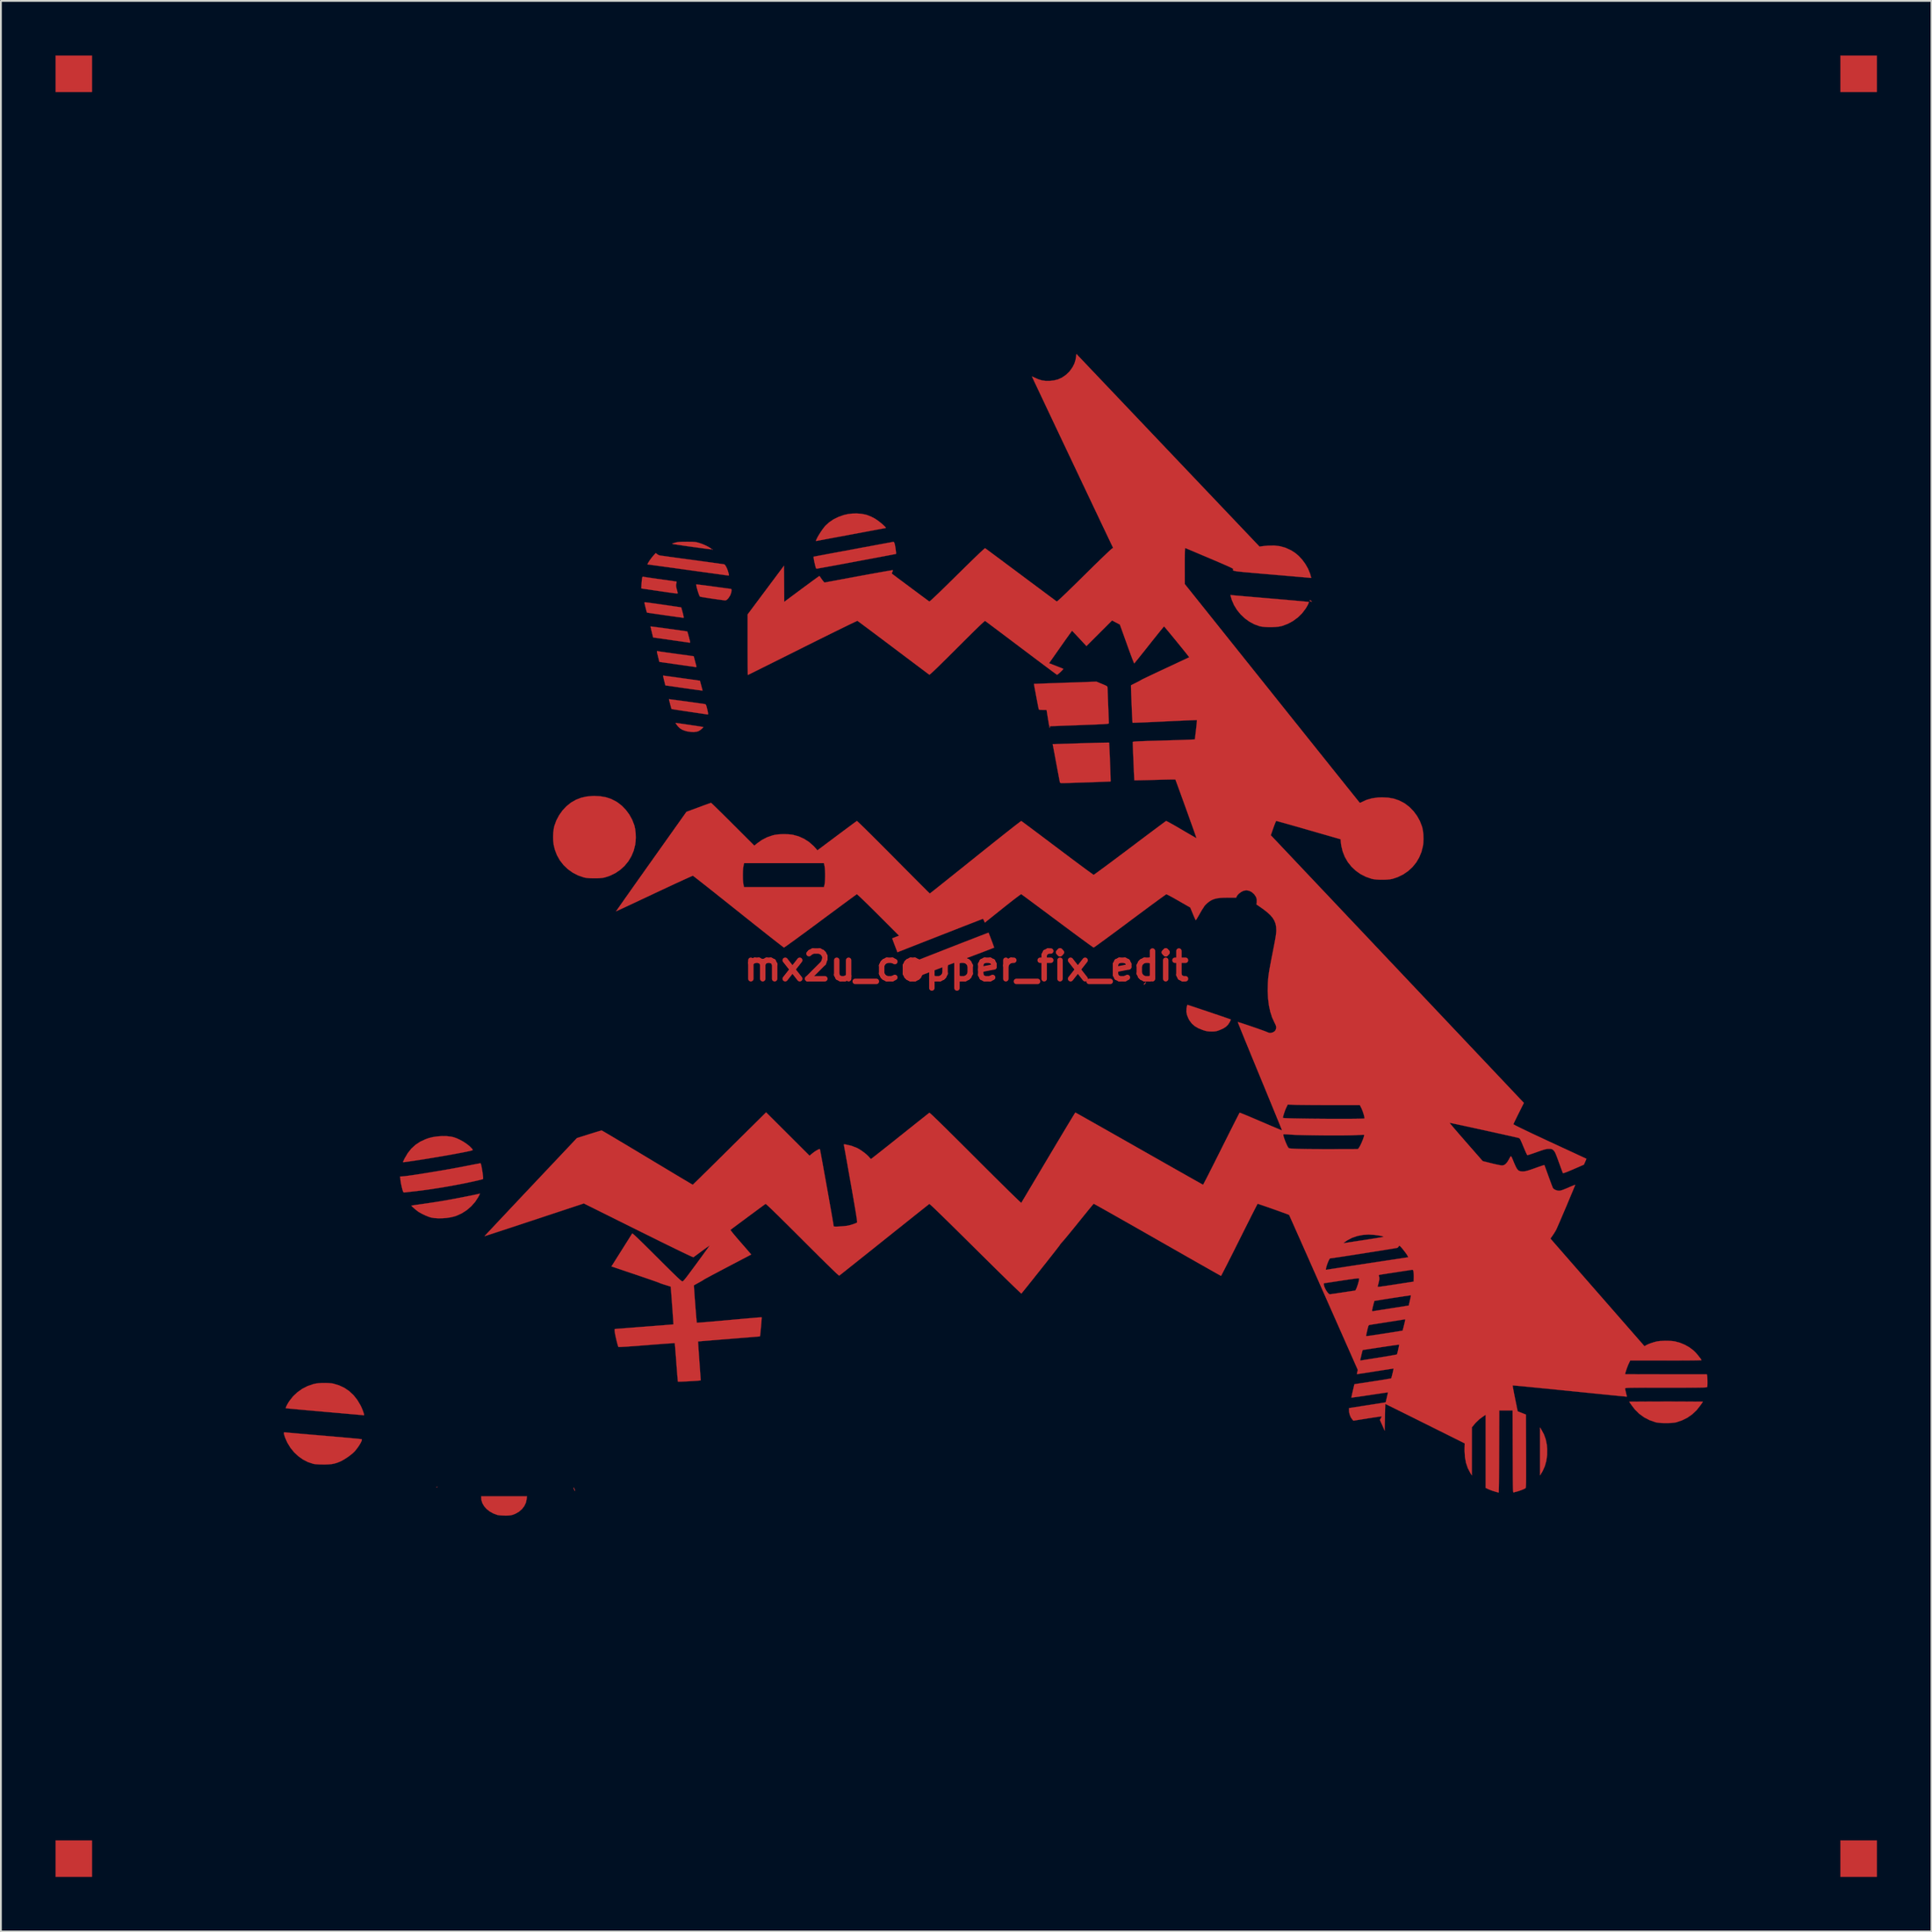
<source format=kicad_pcb>
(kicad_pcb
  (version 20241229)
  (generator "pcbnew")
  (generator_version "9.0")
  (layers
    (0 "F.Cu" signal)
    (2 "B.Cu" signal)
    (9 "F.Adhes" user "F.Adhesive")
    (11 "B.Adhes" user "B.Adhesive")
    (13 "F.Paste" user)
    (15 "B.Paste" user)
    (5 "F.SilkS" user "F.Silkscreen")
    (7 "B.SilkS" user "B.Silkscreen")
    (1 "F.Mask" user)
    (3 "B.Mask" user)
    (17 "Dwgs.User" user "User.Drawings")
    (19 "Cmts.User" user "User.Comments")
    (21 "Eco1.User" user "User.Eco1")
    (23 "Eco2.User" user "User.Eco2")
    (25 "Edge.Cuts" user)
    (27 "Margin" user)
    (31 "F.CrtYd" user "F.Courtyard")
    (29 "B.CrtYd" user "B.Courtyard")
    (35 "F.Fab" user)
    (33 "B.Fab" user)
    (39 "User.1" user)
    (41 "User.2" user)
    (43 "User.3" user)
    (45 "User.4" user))
  (footprint "mx2u_copper_fix_edit"
    (layer "F.Cu")
    (at 50.022 50.022)
    (property "Reference" "mx2u_copper_fix_edit" (at 0 0 0) (layer "F.Cu") (effects (font (size 1.524 1.524) (thickness 0.3))))
    (attr through_hole)
    (fp_poly (pts (xy -48.02 -48.02) (xy -50.017 -48.02) (xy -50.017 -50.017) (xy -48.02 -50.017) (xy -48.02 -48.02)) (stroke (width 0.01) (type solid)) (fill yes) (layer "F.Cu"))
    (fp_poly (pts (xy -48.02 50.017) (xy -50.017 50.017) (xy -50.017 48.02) (xy -48.02 48.02) (xy -48.02 50.017)) (stroke (width 0.01) (type solid)) (fill yes) (layer "F.Cu"))
    (fp_poly (pts (xy -29.09 28.622) (xy -29.103 28.635) (xy -29.115 28.622) (xy -29.103 28.61) (xy -29.09 28.622)) (stroke (width 0.01) (type solid)) (fill yes) (layer "F.Cu"))
    (fp_poly (pts (xy -29.039 28.597) (xy -29.052 28.61) (xy -29.065 28.597) (xy -29.052 28.584) (xy -29.039 28.597)) (stroke (width 0.01) (type solid)) (fill yes) (layer "F.Cu"))
    (fp_poly (pts (xy -13.926 -22.885) (xy -13.938 -22.873) (xy -13.951 -22.885) (xy -13.938 -22.898) (xy -13.926 -22.885)) (stroke (width 0.01) (type solid)) (fill yes) (layer "F.Cu"))
    (fp_poly (pts (xy 50.017 -48.02) (xy 48.02 -48.02) (xy 48.02 -50.017) (xy 50.017 -50.017) (xy 50.017 -48.02)) (stroke (width 0.01) (type solid)) (fill yes) (layer "F.Cu"))
    (fp_poly (pts (xy 50.017 50.017) (xy 48.02 50.017) (xy 48.02 48.02) (xy 50.017 48.02) (xy 50.017 50.017)) (stroke (width 0.01) (type solid)) (fill yes) (layer "F.Cu"))
    (fp_poly (pts (xy 18.932 -20.078) (xy 18.969 -20.042) (xy 18.98 -20.025) (xy 18.978 -20.019) (xy 18.961 -20.023) (xy 18.913 -20.042) (xy 18.909 -20.043) (xy 18.871 -20.07) (xy 18.868 -20.094) (xy 18.897 -20.102) (xy 18.932 -20.078)) (stroke (width 0.01) (type solid)) (fill yes) (layer "F.Cu"))
    (fp_poly (pts (xy -21.55 28.656) (xy -21.524 28.705) (xy -21.5 28.762) (xy -21.488 28.807) (xy -21.489 28.817) (xy -21.502 28.813) (xy -21.525 28.771) (xy -21.539 28.74) (xy -21.561 28.677) (xy -21.571 28.64) (xy -21.57 28.635) (xy -21.55 28.656)) (stroke (width 0.01) (type solid)) (fill yes) (layer "F.Cu"))
    (fp_poly (pts (xy 9.879 0.875) (xy 9.866 0.907) (xy 9.824 0.966) (xy 9.818 0.973) (xy 9.775 1.017) (xy 9.757 1.017) (xy 9.756 1.009) (xy 9.773 0.966) (xy 9.815 0.914) (xy 9.819 0.91) (xy 9.863 0.874) (xy 9.879 0.875)) (stroke (width 0.01) (type solid)) (fill yes) (layer "F.Cu"))
    (fp_poly (pts (xy 31.597 25.463) (xy 31.734 25.719) (xy 31.831 25.988) (xy 31.891 26.279) (xy 31.912 26.525) (xy 31.908 26.857) (xy 31.863 27.173) (xy 31.78 27.468) (xy 31.661 27.734) (xy 31.606 27.827) (xy 31.518 27.965) (xy 31.517 25.337) (xy 31.597 25.463)) (stroke (width 0.01) (type solid)) (fill yes) (layer "F.Cu"))
    (fp_poly (pts (xy -24.143 29.265) (xy -24.186 29.467) (xy -24.274 29.653) (xy -24.403 29.821) (xy -24.568 29.963) (xy -24.764 30.076) (xy -24.887 30.124) (xy -24.974 30.149) (xy -25.063 30.165) (xy -25.17 30.173) (xy -25.309 30.175) (xy -25.342 30.174) (xy -25.473 30.171) (xy -25.597 30.163) (xy -25.698 30.151) (xy -25.754 30.14) (xy -25.975 30.059) (xy -26.172 29.95) (xy -26.341 29.817) (xy -26.476 29.665) (xy -26.573 29.5) (xy -26.628 29.327) (xy -26.638 29.212) (xy -26.638 29.115) (xy -24.129 29.115) (xy -24.143 29.265)) (stroke (width 0.01) (type solid)) (fill yes) (layer "F.Cu"))
    (fp_poly (pts (xy 38.697 23.912) (xy 39.024 23.913) (xy 39.323 23.914) (xy 39.453 23.915) (xy 40.466 23.921) (xy 40.336 24.111) (xy 40.121 24.384) (xy 39.878 24.614) (xy 39.607 24.803) (xy 39.306 24.951) (xy 39.01 25.049) (xy 38.885 25.072) (xy 38.724 25.088) (xy 38.542 25.096) (xy 38.352 25.096) (xy 38.168 25.089) (xy 38.005 25.074) (xy 37.875 25.051) (xy 37.86 25.047) (xy 37.532 24.933) (xy 37.234 24.778) (xy 36.966 24.582) (xy 36.726 24.344) (xy 36.547 24.111) (xy 36.417 23.921) (xy 37.429 23.915) (xy 37.709 23.913) (xy 38.024 23.913) (xy 38.359 23.912) (xy 38.697 23.912)) (stroke (width 0.01) (type solid)) (fill yes) (layer "F.Cu"))
    (fp_poly (pts (xy -16.624 -15.958) (xy -16.554 -15.95) (xy -16.444 -15.935) (xy -16.3 -15.916) (xy -16.127 -15.893) (xy -15.931 -15.866) (xy -15.717 -15.836) (xy -15.634 -15.824) (xy -14.626 -15.682) (xy -14.555 -15.417) (xy -14.526 -15.309) (xy -14.502 -15.221) (xy -14.487 -15.163) (xy -14.482 -15.145) (xy -14.485 -15.143) (xy -14.498 -15.142) (xy -14.525 -15.143) (xy -14.57 -15.148) (xy -14.638 -15.157) (xy -14.733 -15.169) (xy -14.859 -15.187) (xy -15.021 -15.209) (xy -15.223 -15.238) (xy -15.47 -15.273) (xy -15.547 -15.284) (xy -16.524 -15.424) (xy -16.591 -15.689) (xy -16.617 -15.797) (xy -16.637 -15.885) (xy -16.649 -15.943) (xy -16.65 -15.96) (xy -16.624 -15.958)) (stroke (width 0.01) (type solid)) (fill yes) (layer "F.Cu"))
    (fp_poly (pts (xy -15.938 -13.36) (xy -15.87 -13.351) (xy -15.767 -13.337) (xy -15.637 -13.319) (xy -15.486 -13.297) (xy -15.322 -13.273) (xy -15.153 -13.248) (xy -14.987 -13.223) (xy -14.829 -13.2) (xy -14.69 -13.178) (xy -14.574 -13.16) (xy -14.491 -13.146) (xy -14.447 -13.137) (xy -14.442 -13.136) (xy -14.45 -13.113) (xy -14.49 -13.071) (xy -14.549 -13.019) (xy -14.617 -12.967) (xy -14.683 -12.925) (xy -14.696 -12.917) (xy -14.806 -12.881) (xy -14.949 -12.864) (xy -15.114 -12.868) (xy -15.287 -12.892) (xy -15.421 -12.924) (xy -15.589 -12.986) (xy -15.721 -13.066) (xy -15.832 -13.173) (xy -15.884 -13.239) (xy -15.929 -13.303) (xy -15.958 -13.348) (xy -15.964 -13.362) (xy -15.938 -13.36)) (stroke (width 0.01) (type solid)) (fill yes) (layer "F.Cu"))
    (fp_poly (pts (xy -16.951 -17.304) (xy -16.95 -17.304) (xy -16.913 -17.298) (xy -16.832 -17.286) (xy -16.713 -17.268) (xy -16.561 -17.246) (xy -16.382 -17.221) (xy -16.183 -17.193) (xy -15.968 -17.163) (xy -15.932 -17.158) (xy -14.968 -17.025) (xy -14.9 -16.771) (xy -14.871 -16.66) (xy -14.845 -16.564) (xy -14.827 -16.496) (xy -14.82 -16.472) (xy -14.823 -16.436) (xy -14.84 -16.431) (xy -14.872 -16.435) (xy -14.948 -16.445) (xy -15.063 -16.462) (xy -15.211 -16.482) (xy -15.387 -16.507) (xy -15.586 -16.535) (xy -15.801 -16.566) (xy -15.864 -16.575) (xy -16.854 -16.716) (xy -16.929 -17.016) (xy -16.96 -17.142) (xy -16.98 -17.226) (xy -16.988 -17.276) (xy -16.985 -17.301) (xy -16.973 -17.308) (xy -16.951 -17.304)) (stroke (width 0.01) (type solid)) (fill yes) (layer "F.Cu"))
    (fp_poly (pts (xy -15.173 -23.313) (xy -15.044 -23.311) (xy -14.945 -23.306) (xy -14.865 -23.297) (xy -14.794 -23.284) (xy -14.72 -23.265) (xy -14.647 -23.243) (xy -14.485 -23.186) (xy -14.323 -23.117) (xy -14.175 -23.042) (xy -14.056 -22.97) (xy -14.027 -22.948) (xy -13.964 -22.899) (xy -14.04 -22.902) (xy -14.081 -22.906) (xy -14.166 -22.916) (xy -14.29 -22.932) (xy -14.446 -22.952) (xy -14.63 -22.977) (xy -14.834 -23.004) (xy -15.054 -23.034) (xy -15.133 -23.045) (xy -15.353 -23.076) (xy -15.557 -23.106) (xy -15.739 -23.133) (xy -15.894 -23.156) (xy -16.017 -23.176) (xy -16.103 -23.191) (xy -16.146 -23.201) (xy -16.15 -23.203) (xy -16.127 -23.217) (xy -16.069 -23.239) (xy -15.985 -23.265) (xy -15.979 -23.267) (xy -15.905 -23.285) (xy -15.825 -23.298) (xy -15.73 -23.306) (xy -15.61 -23.311) (xy -15.455 -23.313) (xy -15.341 -23.314) (xy -15.173 -23.313)) (stroke (width 0.01) (type solid)) (fill yes) (layer "F.Cu"))
    (fp_poly (pts (xy -17.309 -18.66) (xy -17.24 -18.652) (xy -17.133 -18.639) (xy -16.996 -18.621) (xy -16.835 -18.6) (xy -16.656 -18.576) (xy -16.467 -18.55) (xy -16.272 -18.523) (xy -16.08 -18.497) (xy -15.895 -18.471) (xy -15.726 -18.447) (xy -15.578 -18.426) (xy -15.457 -18.408) (xy -15.371 -18.395) (xy -15.326 -18.387) (xy -15.321 -18.386) (xy -15.311 -18.36) (xy -15.292 -18.297) (xy -15.267 -18.208) (xy -15.239 -18.106) (xy -15.212 -18.003) (xy -15.188 -17.909) (xy -15.171 -17.838) (xy -15.164 -17.8) (xy -15.164 -17.799) (xy -15.176 -17.772) (xy -15.183 -17.77) (xy -15.212 -17.774) (xy -15.285 -17.785) (xy -15.397 -17.801) (xy -15.543 -17.822) (xy -15.717 -17.847) (xy -15.914 -17.875) (xy -16.128 -17.905) (xy -16.199 -17.916) (xy -17.196 -18.058) (xy -17.27 -18.356) (xy -17.298 -18.471) (xy -17.319 -18.567) (xy -17.332 -18.634) (xy -17.335 -18.662) (xy -17.335 -18.662) (xy -17.309 -18.66)) (stroke (width 0.01) (type solid)) (fill yes) (layer "F.Cu"))
    (fp_poly (pts (xy -14.799 -20.969) (xy -14.728 -20.962) (xy -14.617 -20.95) (xy -14.474 -20.932) (xy -14.302 -20.91) (xy -14.109 -20.885) (xy -13.899 -20.856) (xy -13.879 -20.853) (xy -13.667 -20.824) (xy -13.47 -20.797) (xy -13.294 -20.774) (xy -13.146 -20.754) (xy -13.029 -20.738) (xy -12.951 -20.728) (xy -12.917 -20.724) (xy -12.917 -20.724) (xy -12.897 -20.703) (xy -12.89 -20.653) (xy -12.91 -20.514) (xy -12.964 -20.369) (xy -13.046 -20.238) (xy -13.068 -20.21) (xy -13.134 -20.142) (xy -13.185 -20.106) (xy -13.237 -20.095) (xy -13.252 -20.095) (xy -13.298 -20.1) (xy -13.387 -20.111) (xy -13.51 -20.127) (xy -13.66 -20.147) (xy -13.828 -20.171) (xy -13.964 -20.191) (xy -14.138 -20.217) (xy -14.295 -20.242) (xy -14.43 -20.264) (xy -14.535 -20.282) (xy -14.603 -20.296) (xy -14.625 -20.302) (xy -14.647 -20.334) (xy -14.676 -20.403) (xy -14.71 -20.497) (xy -14.745 -20.605) (xy -14.778 -20.716) (xy -14.805 -20.819) (xy -14.823 -20.903) (xy -14.829 -20.957) (xy -14.826 -20.97) (xy -14.799 -20.969)) (stroke (width 0.01) (type solid)) (fill yes) (layer "F.Cu"))
    (fp_poly (pts (xy 12.18 2.13) (xy 12.249 2.152) (xy 12.354 2.187) (xy 12.491 2.232) (xy 12.653 2.286) (xy 12.834 2.347) (xy 13.03 2.413) (xy 13.234 2.481) (xy 13.442 2.551) (xy 13.646 2.621) (xy 13.843 2.687) (xy 14.025 2.749) (xy 14.188 2.805) (xy 14.325 2.852) (xy 14.432 2.889) (xy 14.503 2.914) (xy 14.531 2.925) (xy 14.532 2.925) (xy 14.527 2.95) (xy 14.504 3.007) (xy 14.471 3.073) (xy 14.381 3.211) (xy 14.266 3.325) (xy 14.116 3.421) (xy 13.942 3.498) (xy 13.826 3.542) (xy 13.735 3.568) (xy 13.65 3.582) (xy 13.551 3.587) (xy 13.47 3.587) (xy 13.342 3.583) (xy 13.237 3.571) (xy 13.131 3.548) (xy 13.005 3.508) (xy 12.981 3.5) (xy 12.746 3.405) (xy 12.553 3.291) (xy 12.396 3.152) (xy 12.269 2.985) (xy 12.208 2.875) (xy 12.13 2.684) (xy 12.094 2.505) (xy 12.099 2.328) (xy 12.107 2.285) (xy 12.124 2.202) (xy 12.141 2.144) (xy 12.153 2.123) (xy 12.18 2.13)) (stroke (width 0.01) (type solid)) (fill yes) (layer "F.Cu"))
    (fp_poly (pts (xy -5.772 -24.851) (xy -5.548 -24.81) (xy -5.431 -24.776) (xy -5.213 -24.689) (xy -5.011 -24.583) (xy -4.814 -24.449) (xy -4.609 -24.282) (xy -4.524 -24.205) (xy -4.45 -24.132) (xy -4.417 -24.086) (xy -4.423 -24.069) (xy -4.453 -24.063) (xy -4.53 -24.049) (xy -4.647 -24.027) (xy -4.803 -23.998) (xy -4.993 -23.963) (xy -5.212 -23.922) (xy -5.457 -23.876) (xy -5.725 -23.826) (xy -6.01 -23.773) (xy -6.306 -23.718) (xy -6.605 -23.662) (xy -6.891 -23.609) (xy -7.16 -23.559) (xy -7.407 -23.513) (xy -7.628 -23.471) (xy -7.819 -23.435) (xy -7.977 -23.405) (xy -8.097 -23.383) (xy -8.175 -23.368) (xy -8.207 -23.361) (xy -8.242 -23.355) (xy -8.252 -23.367) (xy -8.239 -23.408) (xy -8.224 -23.445) (xy -8.174 -23.549) (xy -8.099 -23.679) (xy -8.011 -23.821) (xy -7.915 -23.962) (xy -7.823 -24.087) (xy -7.746 -24.181) (xy -7.54 -24.373) (xy -7.296 -24.54) (xy -7.021 -24.677) (xy -6.722 -24.782) (xy -6.504 -24.833) (xy -6.266 -24.863) (xy -6.017 -24.869) (xy -5.772 -24.851)) (stroke (width 0.01) (type solid)) (fill yes) (layer "F.Cu"))
    (fp_poly (pts (xy -17.609 -19.988) (xy -17.532 -19.978) (xy -17.42 -19.963) (xy -17.279 -19.944) (xy -17.115 -19.921) (xy -16.934 -19.896) (xy -16.744 -19.869) (xy -16.551 -19.841) (xy -16.361 -19.814) (xy -16.181 -19.787) (xy -16.017 -19.763) (xy -15.876 -19.743) (xy -15.765 -19.726) (xy -15.689 -19.714) (xy -15.656 -19.708) (xy -15.655 -19.707) (xy -15.647 -19.682) (xy -15.628 -19.617) (xy -15.602 -19.524) (xy -15.573 -19.416) (xy -15.539 -19.28) (xy -15.521 -19.188) (xy -15.52 -19.141) (xy -15.526 -19.135) (xy -15.557 -19.139) (xy -15.633 -19.15) (xy -15.747 -19.166) (xy -15.894 -19.186) (xy -16.07 -19.211) (xy -16.268 -19.239) (xy -16.482 -19.269) (xy -16.542 -19.278) (xy -16.759 -19.309) (xy -16.959 -19.338) (xy -17.139 -19.364) (xy -17.291 -19.386) (xy -17.412 -19.404) (xy -17.494 -19.417) (xy -17.533 -19.424) (xy -17.536 -19.425) (xy -17.545 -19.45) (xy -17.564 -19.515) (xy -17.589 -19.609) (xy -17.615 -19.711) (xy -17.645 -19.832) (xy -17.663 -19.913) (xy -17.669 -19.96) (xy -17.664 -19.984) (xy -17.649 -19.991) (xy -17.643 -19.991) (xy -17.609 -19.988)) (stroke (width 0.01) (type solid)) (fill yes) (layer "F.Cu"))
    (fp_poly (pts (xy -16.303 -14.663) (xy -16.235 -14.656) (xy -16.131 -14.643) (xy -15.996 -14.625) (xy -15.836 -14.604) (xy -15.659 -14.58) (xy -15.471 -14.555) (xy -15.278 -14.529) (xy -15.087 -14.502) (xy -14.905 -14.477) (xy -14.737 -14.453) (xy -14.59 -14.432) (xy -14.471 -14.415) (xy -14.386 -14.402) (xy -14.342 -14.394) (xy -14.342 -14.394) (xy -14.315 -14.379) (xy -14.291 -14.343) (xy -14.267 -14.277) (xy -14.24 -14.171) (xy -14.234 -14.148) (xy -14.202 -14.009) (xy -14.184 -13.913) (xy -14.18 -13.855) (xy -14.188 -13.83) (xy -14.197 -13.827) (xy -14.226 -13.831) (xy -14.299 -13.842) (xy -14.411 -13.859) (xy -14.556 -13.88) (xy -14.73 -13.906) (xy -14.926 -13.935) (xy -15.139 -13.966) (xy -15.196 -13.975) (xy -15.412 -14.007) (xy -15.612 -14.037) (xy -15.791 -14.065) (xy -15.943 -14.088) (xy -16.063 -14.108) (xy -16.145 -14.122) (xy -16.183 -14.129) (xy -16.186 -14.13) (xy -16.195 -14.156) (xy -16.213 -14.219) (xy -16.237 -14.306) (xy -16.263 -14.404) (xy -16.288 -14.502) (xy -16.31 -14.586) (xy -16.323 -14.645) (xy -16.327 -14.665) (xy -16.303 -14.663)) (stroke (width 0.01) (type solid)) (fill yes) (layer "F.Cu"))
    (fp_poly (pts (xy 14.605 -20.379) (xy 14.644 -20.375) (xy 14.729 -20.368) (xy 14.857 -20.356) (xy 15.024 -20.342) (xy 15.225 -20.324) (xy 15.456 -20.304) (xy 15.714 -20.282) (xy 15.995 -20.258) (xy 16.295 -20.232) (xy 16.609 -20.205) (xy 16.754 -20.193) (xy 17.071 -20.166) (xy 17.374 -20.14) (xy 17.658 -20.115) (xy 17.92 -20.092) (xy 18.156 -20.071) (xy 18.362 -20.053) (xy 18.534 -20.037) (xy 18.67 -20.024) (xy 18.764 -20.015) (xy 18.814 -20.01) (xy 18.82 -20.008) (xy 18.818 -19.978) (xy 18.794 -19.915) (xy 18.753 -19.829) (xy 18.698 -19.732) (xy 18.641 -19.638) (xy 18.447 -19.383) (xy 18.214 -19.157) (xy 17.952 -18.963) (xy 17.666 -18.807) (xy 17.365 -18.695) (xy 17.302 -18.678) (xy 17.163 -18.652) (xy 16.991 -18.635) (xy 16.799 -18.626) (xy 16.602 -18.626) (xy 16.412 -18.634) (xy 16.246 -18.651) (xy 16.119 -18.675) (xy 15.832 -18.778) (xy 15.559 -18.924) (xy 15.304 -19.108) (xy 15.075 -19.324) (xy 14.876 -19.568) (xy 14.713 -19.832) (xy 14.592 -20.111) (xy 14.55 -20.248) (xy 14.513 -20.39) (xy 14.605 -20.379)) (stroke (width 0.01) (type solid)) (fill yes) (layer "F.Cu"))
    (fp_poly (pts (xy -28.54 9.335) (xy -28.309 9.36) (xy -28.167 9.39) (xy -27.989 9.452) (xy -27.799 9.54) (xy -27.609 9.647) (xy -27.431 9.766) (xy -27.277 9.889) (xy -27.158 10.01) (xy -27.145 10.025) (xy -27.11 10.073) (xy -27.106 10.097) (xy -27.132 10.113) (xy -27.136 10.114) (xy -27.193 10.131) (xy -27.296 10.156) (xy -27.438 10.186) (xy -27.615 10.222) (xy -27.823 10.261) (xy -28.055 10.305) (xy -28.307 10.351) (xy -28.573 10.398) (xy -28.85 10.446) (xy -29.132 10.494) (xy -29.413 10.541) (xy -29.689 10.586) (xy -29.955 10.628) (xy -30.206 10.667) (xy -30.376 10.692) (xy -30.556 10.718) (xy -30.693 10.738) (xy -30.793 10.751) (xy -30.86 10.76) (xy -30.902 10.764) (xy -30.924 10.763) (xy -30.933 10.76) (xy -30.935 10.754) (xy -30.935 10.752) (xy -30.924 10.724) (xy -30.896 10.663) (xy -30.856 10.58) (xy -30.845 10.558) (xy -30.676 10.27) (xy -30.479 10.022) (xy -30.25 9.812) (xy -29.989 9.639) (xy -29.69 9.501) (xy -29.525 9.443) (xy -29.298 9.386) (xy -29.049 9.349) (xy -28.791 9.332) (xy -28.54 9.335)) (stroke (width 0.01) (type solid)) (fill yes) (layer "F.Cu"))
    (fp_poly (pts (xy -35.032 22.898) (xy -34.871 22.912) (xy -34.76 22.93) (xy -34.444 23.025) (xy -34.152 23.163) (xy -33.888 23.343) (xy -33.651 23.565) (xy -33.444 23.827) (xy -33.267 24.127) (xy -33.236 24.191) (xy -33.186 24.303) (xy -33.142 24.414) (xy -33.106 24.515) (xy -33.081 24.596) (xy -33.072 24.649) (xy -33.078 24.664) (xy -33.106 24.662) (xy -33.179 24.655) (xy -33.296 24.645) (xy -33.452 24.631) (xy -33.644 24.614) (xy -33.868 24.595) (xy -34.119 24.573) (xy -34.395 24.548) (xy -34.692 24.522) (xy -35.006 24.495) (xy -35.229 24.476) (xy -35.552 24.447) (xy -35.86 24.42) (xy -36.151 24.394) (xy -36.419 24.37) (xy -36.661 24.348) (xy -36.875 24.328) (xy -37.055 24.311) (xy -37.198 24.298) (xy -37.301 24.287) (xy -37.36 24.28) (xy -37.373 24.278) (xy -37.371 24.247) (xy -37.347 24.184) (xy -37.306 24.099) (xy -37.253 24.003) (xy -37.192 23.905) (xy -37.177 23.883) (xy -36.973 23.626) (xy -36.735 23.401) (xy -36.467 23.212) (xy -36.177 23.063) (xy -35.87 22.958) (xy -35.714 22.924) (xy -35.57 22.905) (xy -35.398 22.895) (xy -35.213 22.893) (xy -35.032 22.898)) (stroke (width 0.01) (type solid)) (fill yes) (layer "F.Cu"))
    (fp_poly (pts (xy -26.721 12.517) (xy -26.749 12.578) (xy -26.801 12.678) (xy -26.805 12.685) (xy -26.978 12.949) (xy -27.19 13.189) (xy -27.435 13.399) (xy -27.706 13.573) (xy -27.995 13.705) (xy -28.118 13.746) (xy -28.321 13.794) (xy -28.548 13.828) (xy -28.783 13.846) (xy -29.015 13.847) (xy -29.227 13.833) (xy -29.406 13.801) (xy -29.41 13.8) (xy -29.554 13.753) (xy -29.72 13.684) (xy -29.888 13.603) (xy -30.041 13.518) (xy -30.11 13.474) (xy -30.176 13.424) (xy -30.253 13.362) (xy -30.33 13.297) (xy -30.399 13.235) (xy -30.45 13.185) (xy -30.473 13.156) (xy -30.473 13.152) (xy -30.446 13.146) (xy -30.377 13.135) (xy -30.272 13.119) (xy -30.138 13.099) (xy -29.983 13.078) (xy -29.897 13.066) (xy -29.69 13.036) (xy -29.452 13.001) (xy -29.202 12.963) (xy -28.959 12.925) (xy -28.744 12.889) (xy -28.736 12.888) (xy -28.584 12.862) (xy -28.409 12.83) (xy -28.217 12.795) (xy -28.014 12.757) (xy -27.807 12.717) (xy -27.601 12.677) (xy -27.404 12.638) (xy -27.22 12.602) (xy -27.057 12.568) (xy -26.921 12.539) (xy -26.817 12.517) (xy -26.753 12.501) (xy -26.734 12.495) (xy -26.717 12.491) (xy -26.721 12.517)) (stroke (width 0.01) (type solid)) (fill yes) (layer "F.Cu"))
    (fp_poly (pts (xy -17.745 -21.394) (xy -17.711 -21.387) (xy -17.633 -21.374) (xy -17.517 -21.356) (xy -17.369 -21.334) (xy -17.194 -21.309) (xy -16.999 -21.281) (xy -16.811 -21.255) (xy -16.604 -21.226) (xy -16.414 -21.2) (xy -16.246 -21.176) (xy -16.106 -21.155) (xy -15.999 -21.139) (xy -15.931 -21.128) (xy -15.908 -21.123) (xy -15.909 -21.096) (xy -15.92 -21.037) (xy -15.927 -21.008) (xy -15.938 -20.943) (xy -15.937 -20.876) (xy -15.922 -20.79) (xy -15.9 -20.704) (xy -15.875 -20.61) (xy -15.856 -20.535) (xy -15.847 -20.493) (xy -15.847 -20.489) (xy -15.85 -20.482) (xy -15.865 -20.477) (xy -15.894 -20.476) (xy -15.942 -20.479) (xy -16.014 -20.487) (xy -16.114 -20.499) (xy -16.246 -20.517) (xy -16.415 -20.541) (xy -16.625 -20.571) (xy -16.879 -20.608) (xy -16.908 -20.613) (xy -17.118 -20.643) (xy -17.311 -20.672) (xy -17.483 -20.697) (xy -17.627 -20.718) (xy -17.739 -20.734) (xy -17.812 -20.745) (xy -17.841 -20.749) (xy -17.841 -20.749) (xy -17.844 -20.772) (xy -17.843 -20.834) (xy -17.838 -20.923) (xy -17.831 -21.026) (xy -17.823 -21.131) (xy -17.813 -21.227) (xy -17.804 -21.302) (xy -17.802 -21.313) (xy -17.786 -21.376) (xy -17.764 -21.397) (xy -17.745 -21.394)) (stroke (width 0.01) (type solid)) (fill yes) (layer "F.Cu"))
    (fp_poly (pts (xy -20.088 -9.333) (xy -19.784 -9.279) (xy -19.502 -9.185) (xy -19.236 -9.05) (xy -19.155 -8.999) (xy -18.912 -8.811) (xy -18.693 -8.584) (xy -18.503 -8.326) (xy -18.348 -8.045) (xy -18.234 -7.75) (xy -18.222 -7.708) (xy -18.182 -7.52) (xy -18.158 -7.301) (xy -18.151 -7.07) (xy -18.161 -6.845) (xy -18.182 -6.677) (xy -18.263 -6.351) (xy -18.389 -6.047) (xy -18.556 -5.768) (xy -18.76 -5.517) (xy -19 -5.298) (xy -19.271 -5.114) (xy -19.572 -4.968) (xy -19.852 -4.875) (xy -19.978 -4.852) (xy -20.138 -4.836) (xy -20.32 -4.828) (xy -20.51 -4.828) (xy -20.694 -4.835) (xy -20.858 -4.85) (xy -20.987 -4.873) (xy -21.002 -4.877) (xy -21.325 -4.99) (xy -21.621 -5.144) (xy -21.887 -5.335) (xy -22.121 -5.56) (xy -22.319 -5.816) (xy -22.479 -6.1) (xy -22.597 -6.408) (xy -22.66 -6.677) (xy -22.685 -6.884) (xy -22.691 -7.111) (xy -22.681 -7.341) (xy -22.654 -7.556) (xy -22.62 -7.708) (xy -22.513 -8.005) (xy -22.363 -8.288) (xy -22.178 -8.55) (xy -21.962 -8.782) (xy -21.723 -8.975) (xy -21.688 -8.999) (xy -21.425 -9.147) (xy -21.15 -9.253) (xy -20.854 -9.32) (xy -20.53 -9.349) (xy -20.421 -9.351) (xy -20.088 -9.333)) (stroke (width 0.01) (type solid)) (fill yes) (layer "F.Cu"))
    (fp_poly (pts (xy -37.392 25.607) (xy -37.373 25.609) (xy -37.332 25.613) (xy -37.244 25.622) (xy -37.113 25.633) (xy -36.945 25.648) (xy -36.742 25.666) (xy -36.509 25.686) (xy -36.25 25.708) (xy -35.969 25.732) (xy -35.669 25.758) (xy -35.356 25.784) (xy -35.244 25.794) (xy -34.929 25.821) (xy -34.629 25.847) (xy -34.347 25.871) (xy -34.087 25.895) (xy -33.853 25.916) (xy -33.649 25.935) (xy -33.478 25.951) (xy -33.345 25.965) (xy -33.253 25.975) (xy -33.206 25.982) (xy -33.201 25.983) (xy -33.195 26.02) (xy -33.216 26.088) (xy -33.26 26.18) (xy -33.323 26.287) (xy -33.399 26.404) (xy -33.485 26.52) (xy -33.575 26.63) (xy -33.607 26.665) (xy -33.707 26.761) (xy -33.84 26.868) (xy -33.991 26.976) (xy -34.148 27.078) (xy -34.295 27.163) (xy -34.384 27.206) (xy -34.54 27.269) (xy -34.687 27.314) (xy -34.838 27.345) (xy -35.007 27.362) (xy -35.207 27.369) (xy -35.318 27.369) (xy -35.508 27.366) (xy -35.671 27.357) (xy -35.799 27.345) (xy -35.868 27.332) (xy -36.156 27.237) (xy -36.429 27.097) (xy -36.684 26.916) (xy -36.915 26.7) (xy -37.117 26.452) (xy -37.285 26.178) (xy -37.408 25.902) (xy -37.442 25.803) (xy -37.467 25.716) (xy -37.48 25.658) (xy -37.481 25.649) (xy -37.475 25.616) (xy -37.451 25.604) (xy -37.392 25.607)) (stroke (width 0.01) (type solid)) (fill yes) (layer "F.Cu"))
    (fp_poly (pts (xy -16.982 -22.635) (xy -16.908 -22.589) (xy -16.829 -22.561) (xy -16.828 -22.561) (xy -16.789 -22.555) (xy -16.704 -22.543) (xy -16.578 -22.526) (xy -16.415 -22.503) (xy -16.219 -22.476) (xy -15.995 -22.445) (xy -15.747 -22.411) (xy -15.48 -22.375) (xy -15.197 -22.337) (xy -15.05 -22.317) (xy -14.762 -22.278) (xy -14.488 -22.24) (xy -14.231 -22.205) (xy -13.997 -22.173) (xy -13.79 -22.144) (xy -13.613 -22.12) (xy -13.471 -22.1) (xy -13.369 -22.085) (xy -13.31 -22.077) (xy -13.298 -22.075) (xy -13.253 -22.043) (xy -13.202 -21.97) (xy -13.149 -21.864) (xy -13.099 -21.736) (xy -13.058 -21.602) (xy -13.039 -21.521) (xy -13.033 -21.478) (xy -13.042 -21.462) (xy -13.063 -21.46) (xy -13.094 -21.464) (xy -13.172 -21.474) (xy -13.291 -21.49) (xy -13.447 -21.512) (xy -13.637 -21.538) (xy -13.855 -21.568) (xy -14.098 -21.601) (xy -14.362 -21.638) (xy -14.642 -21.676) (xy -14.785 -21.696) (xy -15.088 -21.738) (xy -15.39 -21.78) (xy -15.685 -21.821) (xy -15.967 -21.86) (xy -16.23 -21.896) (xy -16.468 -21.929) (xy -16.674 -21.957) (xy -16.844 -21.981) (xy -16.97 -21.998) (xy -16.989 -22.001) (xy -17.511 -22.072) (xy -17.464 -22.164) (xy -17.414 -22.249) (xy -17.339 -22.355) (xy -17.252 -22.469) (xy -17.162 -22.575) (xy -17.128 -22.613) (xy -17.052 -22.694) (xy -16.982 -22.635)) (stroke (width 0.01) (type solid)) (fill yes) (layer "F.Cu"))
    (fp_poly (pts (xy -26.658 10.861) (xy -26.638 10.937) (xy -26.616 11.041) (xy -26.595 11.162) (xy -26.574 11.292) (xy -26.557 11.418) (xy -26.544 11.531) (xy -26.537 11.621) (xy -26.538 11.677) (xy -26.543 11.69) (xy -26.574 11.703) (xy -26.649 11.723) (xy -26.763 11.752) (xy -26.908 11.785) (xy -27.08 11.824) (xy -27.272 11.865) (xy -27.478 11.909) (xy -27.624 11.938) (xy -28.084 12.027) (xy -28.56 12.112) (xy -29.039 12.191) (xy -29.508 12.262) (xy -29.955 12.323) (xy -30.354 12.37) (xy -30.493 12.385) (xy -30.622 12.399) (xy -30.729 12.412) (xy -30.802 12.421) (xy -30.815 12.422) (xy -30.88 12.427) (xy -30.914 12.411) (xy -30.935 12.371) (xy -30.97 12.263) (xy -31.005 12.124) (xy -31.038 11.972) (xy -31.064 11.827) (xy -31.076 11.733) (xy -31.093 11.55) (xy -31.02 11.55) (xy -30.944 11.545) (xy -30.823 11.533) (xy -30.662 11.512) (xy -30.467 11.485) (xy -30.242 11.452) (xy -29.993 11.414) (xy -29.724 11.371) (xy -29.44 11.325) (xy -29.147 11.276) (xy -28.849 11.226) (xy -28.552 11.174) (xy -28.26 11.123) (xy -27.979 11.071) (xy -27.713 11.022) (xy -27.468 10.974) (xy -27.437 10.968) (xy -27.248 10.931) (xy -27.077 10.897) (xy -26.928 10.869) (xy -26.808 10.846) (xy -26.723 10.831) (xy -26.679 10.824) (xy -26.674 10.823) (xy -26.658 10.861)) (stroke (width 0.01) (type solid)) (fill yes) (layer "F.Cu"))
    (fp_poly (pts (xy -3.965 -23.289) (xy -3.936 -23.221) (xy -3.927 -23.189) (xy -3.91 -23.112) (xy -3.893 -23.014) (xy -3.877 -22.908) (xy -3.864 -22.806) (xy -3.855 -22.721) (xy -3.853 -22.664) (xy -3.855 -22.648) (xy -3.881 -22.642) (xy -3.952 -22.628) (xy -4.064 -22.606) (xy -4.212 -22.578) (xy -4.393 -22.544) (xy -4.602 -22.504) (xy -4.834 -22.46) (xy -5.086 -22.413) (xy -5.352 -22.363) (xy -5.629 -22.311) (xy -5.912 -22.258) (xy -6.197 -22.205) (xy -6.48 -22.152) (xy -6.755 -22.101) (xy -7.019 -22.052) (xy -7.268 -22.006) (xy -7.497 -21.964) (xy -7.701 -21.927) (xy -7.877 -21.895) (xy -8.02 -21.869) (xy -8.125 -21.85) (xy -8.189 -21.839) (xy -8.206 -21.837) (xy -8.244 -21.851) (xy -8.248 -21.856) (xy -8.262 -21.894) (xy -8.283 -21.968) (xy -8.307 -22.065) (xy -8.332 -22.17) (xy -8.353 -22.271) (xy -8.369 -22.354) (xy -8.373 -22.385) (xy -8.386 -22.491) (xy -8.256 -22.517) (xy -8.21 -22.526) (xy -8.122 -22.543) (xy -7.993 -22.567) (xy -7.83 -22.597) (xy -7.636 -22.634) (xy -7.416 -22.675) (xy -7.175 -22.72) (xy -6.916 -22.768) (xy -6.645 -22.818) (xy -6.365 -22.87) (xy -6.082 -22.923) (xy -5.8 -22.976) (xy -5.522 -23.027) (xy -5.255 -23.077) (xy -5.001 -23.124) (xy -4.766 -23.168) (xy -4.554 -23.207) (xy -4.369 -23.241) (xy -4.217 -23.269) (xy -4.101 -23.291) (xy -4.025 -23.305) (xy -3.995 -23.31) (xy -3.965 -23.289)) (stroke (width 0.01) (type solid)) (fill yes) (layer "F.Cu"))
    (fp_poly (pts (xy 7.846 -12.28) (xy 7.847 -12.28) (xy 7.85 -12.253) (xy 7.855 -12.182) (xy 7.86 -12.074) (xy 7.867 -11.935) (xy 7.875 -11.77) (xy 7.883 -11.588) (xy 7.891 -11.393) (xy 7.899 -11.192) (xy 7.907 -10.992) (xy 7.914 -10.799) (xy 7.92 -10.62) (xy 7.925 -10.461) (xy 7.929 -10.327) (xy 7.931 -10.227) (xy 7.932 -10.165) (xy 7.931 -10.148) (xy 7.905 -10.146) (xy 7.834 -10.143) (xy 7.724 -10.138) (xy 7.581 -10.133) (xy 7.41 -10.126) (xy 7.217 -10.119) (xy 7.008 -10.112) (xy 6.789 -10.104) (xy 6.565 -10.097) (xy 6.342 -10.089) (xy 6.126 -10.082) (xy 5.922 -10.076) (xy 5.736 -10.07) (xy 5.575 -10.065) (xy 5.443 -10.061) (xy 5.346 -10.059) (xy 5.291 -10.058) (xy 5.289 -10.058) (xy 5.21 -10.061) (xy 5.168 -10.073) (xy 5.148 -10.099) (xy 5.143 -10.116) (xy 5.136 -10.153) (xy 5.12 -10.234) (xy 5.097 -10.353) (xy 5.069 -10.504) (xy 5.035 -10.681) (xy 4.998 -10.88) (xy 4.959 -11.092) (xy 4.953 -11.12) (xy 4.913 -11.335) (xy 4.876 -11.536) (xy 4.842 -11.718) (xy 4.812 -11.874) (xy 4.789 -11.999) (xy 4.772 -12.086) (xy 4.764 -12.131) (xy 4.763 -12.133) (xy 4.75 -12.197) (xy 6.292 -12.245) (xy 6.566 -12.253) (xy 6.826 -12.26) (xy 7.065 -12.267) (xy 7.281 -12.272) (xy 7.468 -12.276) (xy 7.623 -12.279) (xy 7.74 -12.281) (xy 7.816 -12.281) (xy 7.846 -12.28)) (stroke (width 0.01) (type solid)) (fill yes) (layer "F.Cu"))
    (fp_poly (pts (xy 1.238 -1.814) (xy 1.263 -1.751) (xy 1.298 -1.66) (xy 1.34 -1.551) (xy 1.386 -1.432) (xy 1.43 -1.313) (xy 1.471 -1.203) (xy 1.504 -1.112) (xy 1.527 -1.048) (xy 1.535 -1.022) (xy 1.535 -1.022) (xy 1.505 -1.009) (xy 1.43 -0.979) (xy 1.311 -0.933) (xy 1.148 -0.87) (xy 0.943 -0.792) (xy 0.698 -0.699) (xy 0.414 -0.592) (xy 0.093 -0.471) (xy -0.264 -0.336) (xy -0.657 -0.188) (xy -0.821 -0.127) (xy -1.11 -0.018) (xy -1.393 0.089) (xy -1.664 0.192) (xy -1.92 0.289) (xy -2.155 0.379) (xy -2.364 0.46) (xy -2.544 0.53) (xy -2.688 0.587) (xy -2.793 0.629) (xy -2.835 0.646) (xy -2.953 0.696) (xy -3.053 0.738) (xy -3.128 0.768) (xy -3.167 0.783) (xy -3.171 0.783) (xy -3.191 0.763) (xy -3.21 0.727) (xy -3.252 0.624) (xy -3.298 0.506) (xy -3.344 0.382) (xy -3.387 0.262) (xy -3.424 0.153) (xy -3.452 0.067) (xy -3.466 0.011) (xy -3.467 -0.004) (xy -3.441 -0.016) (xy -3.373 -0.044) (xy -3.265 -0.088) (xy -3.122 -0.145) (xy -2.947 -0.215) (xy -2.745 -0.295) (xy -2.519 -0.384) (xy -2.273 -0.481) (xy -2.011 -0.584) (xy -1.737 -0.691) (xy -1.454 -0.802) (xy -1.168 -0.914) (xy -0.88 -1.027) (xy -0.596 -1.138) (xy -0.318 -1.246) (xy -0.052 -1.35) (xy 0.2 -1.447) (xy 0.433 -1.538) (xy 0.643 -1.619) (xy 0.827 -1.69) (xy 0.981 -1.749) (xy 1.101 -1.795) (xy 1.182 -1.825) (xy 1.222 -1.839) (xy 1.226 -1.84) (xy 1.238 -1.814)) (stroke (width 0.01) (type solid)) (fill yes) (layer "F.Cu"))
    (fp_poly (pts (xy 7.455 -15.506) (xy 7.583 -15.452) (xy 7.671 -15.412) (xy 7.725 -15.381) (xy 7.752 -15.354) (xy 7.759 -15.33) (xy 7.761 -15.294) (xy 7.763 -15.213) (xy 7.768 -15.093) (xy 7.774 -14.941) (xy 7.78 -14.762) (xy 7.788 -14.563) (xy 7.797 -14.349) (xy 7.797 -14.343) (xy 7.805 -14.128) (xy 7.813 -13.929) (xy 7.82 -13.749) (xy 7.826 -13.596) (xy 7.83 -13.476) (xy 7.833 -13.394) (xy 7.834 -13.356) (xy 7.834 -13.356) (xy 7.833 -13.345) (xy 7.828 -13.336) (xy 7.815 -13.328) (xy 7.79 -13.321) (xy 7.749 -13.314) (xy 7.69 -13.308) (xy 7.608 -13.302) (xy 7.5 -13.295) (xy 7.362 -13.289) (xy 7.19 -13.281) (xy 6.981 -13.272) (xy 6.731 -13.263) (xy 6.437 -13.252) (xy 6.219 -13.243) (xy 4.602 -13.183) (xy 4.595 -13.093) (xy 4.589 -13.089) (xy 4.577 -13.13) (xy 4.559 -13.211) (xy 4.537 -13.326) (xy 4.513 -13.469) (xy 4.501 -13.54) (xy 4.414 -14.077) (xy 4.204 -14.077) (xy 4.101 -14.078) (xy 4.037 -14.083) (xy 4.003 -14.094) (xy 3.987 -14.114) (xy 3.981 -14.134) (xy 3.97 -14.185) (xy 3.952 -14.274) (xy 3.929 -14.391) (xy 3.902 -14.531) (xy 3.873 -14.684) (xy 3.842 -14.844) (xy 3.813 -15.003) (xy 3.785 -15.152) (xy 3.76 -15.285) (xy 3.741 -15.393) (xy 3.728 -15.468) (xy 3.722 -15.504) (xy 3.722 -15.506) (xy 3.748 -15.508) (xy 3.82 -15.511) (xy 3.934 -15.515) (xy 4.086 -15.521) (xy 4.273 -15.528) (xy 4.489 -15.536) (xy 4.731 -15.545) (xy 4.995 -15.554) (xy 5.276 -15.564) (xy 5.44 -15.57) (xy 7.151 -15.629) (xy 7.455 -15.506)) (stroke (width 0.01) (type solid)) (fill yes) (layer "F.Cu"))
    (fp_poly (pts (xy 11.082 -28.337) (xy 16.112 -23.046) (xy 16.2 -23.061) (xy 16.262 -23.069) (xy 16.359 -23.08) (xy 16.477 -23.092) (xy 16.573 -23.1) (xy 16.915 -23.108) (xy 17.238 -23.069) (xy 17.544 -22.982) (xy 17.835 -22.849) (xy 18.058 -22.708) (xy 18.265 -22.535) (xy 18.459 -22.324) (xy 18.632 -22.087) (xy 18.775 -21.835) (xy 18.881 -21.58) (xy 18.913 -21.474) (xy 18.951 -21.328) (xy 18.745 -21.346) (xy 18.687 -21.351) (xy 18.582 -21.36) (xy 18.437 -21.373) (xy 18.254 -21.388) (xy 18.038 -21.407) (xy 17.794 -21.428) (xy 17.526 -21.451) (xy 17.238 -21.476) (xy 16.935 -21.502) (xy 16.622 -21.529) (xy 16.592 -21.531) (xy 16.231 -21.562) (xy 15.916 -21.589) (xy 15.646 -21.613) (xy 15.417 -21.634) (xy 15.224 -21.651) (xy 15.067 -21.667) (xy 14.94 -21.681) (xy 14.841 -21.694) (xy 14.767 -21.707) (xy 14.714 -21.719) (xy 14.68 -21.731) (xy 14.66 -21.744) (xy 14.653 -21.758) (xy 14.654 -21.774) (xy 14.66 -21.792) (xy 14.668 -21.811) (xy 14.662 -21.824) (xy 14.636 -21.843) (xy 14.585 -21.872) (xy 14.507 -21.911) (xy 14.4 -21.961) (xy 14.26 -22.023) (xy 14.084 -22.101) (xy 13.869 -22.193) (xy 13.613 -22.302) (xy 13.388 -22.398) (xy 13.146 -22.501) (xy 12.917 -22.597) (xy 12.705 -22.687) (xy 12.516 -22.767) (xy 12.352 -22.836) (xy 12.22 -22.892) (xy 12.122 -22.933) (xy 12.064 -22.957) (xy 12.049 -22.963) (xy 12.038 -22.965) (xy 12.029 -22.958) (xy 12.022 -22.937) (xy 12.016 -22.899) (xy 12.012 -22.839) (xy 12.009 -22.752) (xy 12.007 -22.633) (xy 12.006 -22.478) (xy 12.005 -22.283) (xy 12.005 -22.043) (xy 12.005 -21.984) (xy 12.006 -20.99) (xy 16.784 -15.013) (xy 17.17 -14.529) (xy 17.549 -14.055) (xy 17.918 -13.593) (xy 18.277 -13.145) (xy 18.624 -12.71) (xy 18.959 -12.292) (xy 19.279 -11.892) (xy 19.584 -11.511) (xy 19.872 -11.151) (xy 20.142 -10.813) (xy 20.394 -10.499) (xy 20.625 -10.211) (xy 20.834 -9.949) (xy 21.021 -9.716) (xy 21.184 -9.513) (xy 21.322 -9.341) (xy 21.433 -9.202) (xy 21.517 -9.098) (xy 21.572 -9.03) (xy 21.596 -9) (xy 21.597 -8.999) (xy 21.626 -8.979) (xy 21.662 -8.983) (xy 21.722 -9.012) (xy 21.732 -9.018) (xy 21.999 -9.14) (xy 22.297 -9.223) (xy 22.625 -9.268) (xy 22.847 -9.275) (xy 23.181 -9.258) (xy 23.485 -9.203) (xy 23.766 -9.109) (xy 24.032 -8.975) (xy 24.114 -8.923) (xy 24.356 -8.735) (xy 24.576 -8.508) (xy 24.766 -8.25) (xy 24.921 -7.97) (xy 25.034 -7.675) (xy 25.047 -7.633) (xy 25.086 -7.444) (xy 25.11 -7.225) (xy 25.117 -6.994) (xy 25.108 -6.769) (xy 25.087 -6.601) (xy 25.005 -6.275) (xy 24.879 -5.971) (xy 24.713 -5.692) (xy 24.508 -5.442) (xy 24.269 -5.223) (xy 23.997 -5.038) (xy 23.697 -4.892) (xy 23.416 -4.799) (xy 23.283 -4.774) (xy 23.115 -4.758) (xy 22.926 -4.75) (xy 22.732 -4.751) (xy 22.546 -4.76) (xy 22.383 -4.778) (xy 22.279 -4.799) (xy 21.958 -4.909) (xy 21.663 -5.059) (xy 21.397 -5.247) (xy 21.162 -5.469) (xy 20.962 -5.72) (xy 20.8 -5.999) (xy 20.68 -6.301) (xy 20.611 -6.585) (xy 20.593 -6.696) (xy 20.58 -6.799) (xy 20.573 -6.875) (xy 20.573 -6.89) (xy 20.57 -6.948) (xy 20.564 -6.975) (xy 20.563 -6.976) (xy 20.537 -6.982) (xy 20.467 -7.002) (xy 20.357 -7.034) (xy 20.209 -7.076) (xy 20.028 -7.128) (xy 19.817 -7.188) (xy 19.582 -7.256) (xy 19.325 -7.33) (xy 19.05 -7.41) (xy 18.801 -7.481) (xy 18.514 -7.564) (xy 18.24 -7.643) (xy 17.985 -7.715) (xy 17.751 -7.782) (xy 17.543 -7.84) (xy 17.365 -7.89) (xy 17.22 -7.93) (xy 17.113 -7.959) (xy 17.047 -7.975) (xy 17.026 -7.979) (xy 17.01 -7.954) (xy 16.981 -7.889) (xy 16.943 -7.792) (xy 16.898 -7.672) (xy 16.866 -7.583) (xy 16.73 -7.193) (xy 16.828 -7.091) (xy 16.853 -7.065) (xy 16.91 -7.004) (xy 17 -6.909) (xy 17.122 -6.781) (xy 17.273 -6.621) (xy 17.453 -6.431) (xy 17.66 -6.212) (xy 17.894 -5.964) (xy 18.153 -5.69) (xy 18.436 -5.391) (xy 18.742 -5.067) (xy 19.07 -4.721) (xy 19.417 -4.353) (xy 19.785 -3.965) (xy 20.17 -3.558) (xy 20.572 -3.132) (xy 20.989 -2.691) (xy 21.421 -2.234) (xy 21.867 -1.763) (xy 22.324 -1.279) (xy 22.792 -0.784) (xy 23.27 -0.278) (xy 23.757 0.236) (xy 23.779 0.26) (xy 30.631 7.508) (xy 30.339 8.091) (xy 30.261 8.248) (xy 30.191 8.39) (xy 30.133 8.51) (xy 30.089 8.603) (xy 30.062 8.662) (xy 30.055 8.681) (xy 30.099 8.708) (xy 30.187 8.756) (xy 30.319 8.822) (xy 30.492 8.907) (xy 30.705 9.01) (xy 30.957 9.131) (xy 31.246 9.267) (xy 31.571 9.419) (xy 31.93 9.587) (xy 32.322 9.768) (xy 32.35 9.781) (xy 32.626 9.909) (xy 32.888 10.03) (xy 33.132 10.143) (xy 33.356 10.247) (xy 33.556 10.339) (xy 33.727 10.419) (xy 33.868 10.484) (xy 33.973 10.533) (xy 34.039 10.564) (xy 34.063 10.576) (xy 34.063 10.576) (xy 34.057 10.6) (xy 34.035 10.658) (xy 34 10.738) (xy 33.999 10.742) (xy 33.927 10.901) (xy 33.36 11.147) (xy 33.169 11.229) (xy 33.019 11.291) (xy 32.909 11.333) (xy 32.833 11.358) (xy 32.789 11.366) (xy 32.774 11.361) (xy 32.761 11.329) (xy 32.733 11.257) (xy 32.694 11.151) (xy 32.645 11.018) (xy 32.59 10.866) (xy 32.553 10.764) (xy 32.486 10.579) (xy 32.432 10.435) (xy 32.389 10.327) (xy 32.353 10.247) (xy 32.322 10.19) (xy 32.292 10.148) (xy 32.262 10.116) (xy 32.21 10.071) (xy 32.163 10.047) (xy 32.102 10.036) (xy 32.01 10.034) (xy 32.003 10.034) (xy 31.937 10.036) (xy 31.872 10.043) (xy 31.798 10.059) (xy 31.707 10.084) (xy 31.591 10.122) (xy 31.441 10.174) (xy 31.339 10.211) (xy 31.19 10.264) (xy 31.056 10.309) (xy 30.946 10.345) (xy 30.866 10.369) (xy 30.825 10.378) (xy 30.821 10.378) (xy 30.804 10.353) (xy 30.771 10.288) (xy 30.726 10.191) (xy 30.673 10.068) (xy 30.614 9.928) (xy 30.606 9.91) (xy 30.541 9.753) (xy 30.491 9.636) (xy 30.453 9.553) (xy 30.423 9.498) (xy 30.398 9.464) (xy 30.373 9.444) (xy 30.345 9.433) (xy 30.328 9.428) (xy 30.267 9.414) (xy 30.165 9.39) (xy 30.026 9.358) (xy 29.856 9.32) (xy 29.658 9.276) (xy 29.438 9.226) (xy 29.199 9.174) (xy 28.948 9.118) (xy 28.687 9.061) (xy 28.422 9.002) (xy 28.158 8.945) (xy 27.898 8.888) (xy 27.649 8.833) (xy 27.413 8.782) (xy 27.197 8.735) (xy 27.003 8.694) (xy 26.838 8.659) (xy 26.706 8.631) (xy 26.611 8.611) (xy 26.557 8.601) (xy 26.547 8.6) (xy 26.562 8.62) (xy 26.606 8.675) (xy 26.678 8.761) (xy 26.775 8.875) (xy 26.892 9.012) (xy 27.029 9.171) (xy 27.181 9.346) (xy 27.346 9.535) (xy 27.453 9.658) (xy 28.37 10.706) (xy 28.85 10.826) (xy 29.006 10.864) (xy 29.153 10.896) (xy 29.28 10.922) (xy 29.378 10.939) (xy 29.437 10.945) (xy 29.438 10.945) (xy 29.534 10.926) (xy 29.624 10.87) (xy 29.711 10.773) (xy 29.8 10.63) (xy 29.82 10.592) (xy 29.862 10.513) (xy 29.892 10.462) (xy 29.917 10.442) (xy 29.941 10.457) (xy 29.971 10.509) (xy 30.011 10.601) (xy 30.063 10.729) (xy 30.137 10.903) (xy 30.199 11.036) (xy 30.255 11.133) (xy 30.309 11.199) (xy 30.368 11.24) (xy 30.438 11.262) (xy 30.522 11.271) (xy 30.586 11.272) (xy 30.649 11.269) (xy 30.715 11.26) (xy 30.794 11.242) (xy 30.894 11.213) (xy 31.022 11.171) (xy 31.186 11.114) (xy 31.246 11.092) (xy 31.395 11.039) (xy 31.527 10.994) (xy 31.635 10.957) (xy 31.713 10.932) (xy 31.752 10.922) (xy 31.755 10.922) (xy 31.765 10.947) (xy 31.791 11.013) (xy 31.828 11.114) (xy 31.876 11.244) (xy 31.931 11.395) (xy 31.98 11.531) (xy 32.041 11.698) (xy 32.097 11.851) (xy 32.146 11.983) (xy 32.186 12.087) (xy 32.213 12.156) (xy 32.224 12.182) (xy 32.277 12.239) (xy 32.365 12.288) (xy 32.468 12.322) (xy 32.563 12.334) (xy 32.626 12.327) (xy 32.708 12.306) (xy 32.817 12.267) (xy 32.96 12.21) (xy 33.059 12.167) (xy 33.187 12.112) (xy 33.298 12.066) (xy 33.383 12.032) (xy 33.436 12.012) (xy 33.45 12.009) (xy 33.442 12.033) (xy 33.416 12.099) (xy 33.375 12.2) (xy 33.321 12.332) (xy 33.255 12.49) (xy 33.18 12.668) (xy 33.099 12.861) (xy 33.014 13.064) (xy 32.926 13.272) (xy 32.838 13.479) (xy 32.752 13.68) (xy 32.67 13.871) (xy 32.595 14.045) (xy 32.529 14.197) (xy 32.474 14.324) (xy 32.432 14.418) (xy 32.405 14.475) (xy 32.402 14.482) (xy 32.359 14.558) (xy 32.299 14.656) (xy 32.232 14.758) (xy 32.218 14.778) (xy 32.092 14.961) (xy 32.152 15.032) (xy 32.175 15.058) (xy 32.229 15.121) (xy 32.314 15.218) (xy 32.425 15.346) (xy 32.563 15.504) (xy 32.725 15.689) (xy 32.908 15.899) (xy 33.112 16.132) (xy 33.334 16.387) (xy 33.573 16.66) (xy 33.826 16.95) (xy 34.092 17.254) (xy 34.369 17.571) (xy 34.655 17.898) (xy 34.734 17.988) (xy 37.256 20.873) (xy 37.337 20.825) (xy 37.448 20.769) (xy 37.592 20.712) (xy 37.75 20.66) (xy 37.904 20.619) (xy 37.957 20.608) (xy 38.108 20.588) (xy 38.291 20.577) (xy 38.488 20.574) (xy 38.681 20.581) (xy 38.852 20.597) (xy 38.927 20.609) (xy 39.199 20.681) (xy 39.466 20.791) (xy 39.715 20.931) (xy 39.935 21.095) (xy 40.03 21.184) (xy 40.099 21.259) (xy 40.174 21.346) (xy 40.247 21.437) (xy 40.312 21.521) (xy 40.361 21.59) (xy 40.385 21.634) (xy 40.387 21.641) (xy 40.362 21.644) (xy 40.291 21.646) (xy 40.177 21.649) (xy 40.024 21.652) (xy 39.835 21.654) (xy 39.616 21.656) (xy 39.369 21.657) (xy 39.098 21.658) (xy 38.807 21.659) (xy 38.501 21.659) (xy 38.43 21.66) (xy 36.472 21.66) (xy 36.384 21.843) (xy 36.349 21.924) (xy 36.309 22.027) (xy 36.269 22.139) (xy 36.234 22.247) (xy 36.207 22.338) (xy 36.193 22.399) (xy 36.192 22.411) (xy 36.217 22.412) (xy 36.288 22.413) (xy 36.403 22.414) (xy 36.558 22.415) (xy 36.749 22.415) (xy 36.972 22.416) (xy 37.225 22.417) (xy 37.503 22.417) (xy 37.803 22.417) (xy 38.121 22.418) (xy 38.438 22.418) (xy 40.684 22.418) (xy 40.7 22.512) (xy 40.707 22.586) (xy 40.712 22.686) (xy 40.715 22.8) (xy 40.715 22.914) (xy 40.712 23.014) (xy 40.706 23.085) (xy 40.7 23.111) (xy 40.694 23.118) (xy 40.679 23.124) (xy 40.652 23.129) (xy 40.61 23.134) (xy 40.549 23.137) (xy 40.468 23.141) (xy 40.362 23.143) (xy 40.23 23.146) (xy 40.066 23.147) (xy 39.87 23.149) (xy 39.637 23.149) (xy 39.365 23.15) (xy 39.05 23.15) (xy 38.689 23.151) (xy 38.438 23.151) (xy 38.05 23.151) (xy 37.709 23.151) (xy 37.413 23.151) (xy 37.158 23.152) (xy 36.941 23.152) (xy 36.759 23.154) (xy 36.609 23.155) (xy 36.488 23.157) (xy 36.393 23.16) (xy 36.321 23.163) (xy 36.268 23.167) (xy 36.232 23.172) (xy 36.21 23.178) (xy 36.197 23.184) (xy 36.193 23.191) (xy 36.192 23.197) (xy 36.198 23.243) (xy 36.214 23.322) (xy 36.237 23.419) (xy 36.242 23.441) (xy 36.265 23.534) (xy 36.281 23.604) (xy 36.287 23.641) (xy 36.287 23.644) (xy 36.261 23.642) (xy 36.188 23.635) (xy 36.072 23.624) (xy 35.913 23.608) (xy 35.717 23.589) (xy 35.486 23.566) (xy 35.222 23.539) (xy 34.929 23.51) (xy 34.61 23.478) (xy 34.269 23.444) (xy 33.907 23.407) (xy 33.528 23.369) (xy 33.153 23.331) (xy 32.761 23.292) (xy 32.383 23.254) (xy 32.021 23.217) (xy 31.68 23.184) (xy 31.362 23.152) (xy 31.07 23.124) (xy 30.808 23.098) (xy 30.577 23.076) (xy 30.382 23.057) (xy 30.225 23.043) (xy 30.11 23.033) (xy 30.039 23.027) (xy 30.015 23.026) (xy 30.017 23.053) (xy 30.028 23.122) (xy 30.047 23.229) (xy 30.073 23.366) (xy 30.104 23.528) (xy 30.14 23.707) (xy 30.147 23.742) (xy 30.29 24.448) (xy 30.518 24.538) (xy 30.745 24.629) (xy 30.752 26.636) (xy 30.753 27.002) (xy 30.754 27.321) (xy 30.754 27.596) (xy 30.754 27.83) (xy 30.754 28.028) (xy 30.753 28.191) (xy 30.751 28.324) (xy 30.749 28.429) (xy 30.746 28.51) (xy 30.742 28.57) (xy 30.738 28.613) (xy 30.732 28.642) (xy 30.726 28.66) (xy 30.718 28.671) (xy 30.714 28.675) (xy 30.66 28.705) (xy 30.572 28.744) (xy 30.465 28.786) (xy 30.353 28.825) (xy 30.252 28.856) (xy 30.227 28.862) (xy 30.148 28.882) (xy 30.085 28.899) (xy 30.069 28.904) (xy 30.062 28.904) (xy 30.055 28.897) (xy 30.049 28.882) (xy 30.044 28.853) (xy 30.04 28.809) (xy 30.036 28.747) (xy 30.033 28.662) (xy 30.03 28.553) (xy 30.028 28.416) (xy 30.026 28.248) (xy 30.024 28.047) (xy 30.023 27.808) (xy 30.022 27.529) (xy 30.021 27.207) (xy 30.019 26.839) (xy 30.019 26.659) (xy 30.012 24.402) (xy 29.28 24.402) (xy 29.273 26.657) (xy 29.272 26.99) (xy 29.27 27.308) (xy 29.269 27.608) (xy 29.266 27.885) (xy 29.264 28.137) (xy 29.262 28.36) (xy 29.259 28.55) (xy 29.256 28.703) (xy 29.253 28.817) (xy 29.251 28.887) (xy 29.248 28.911) (xy 29.213 28.903) (xy 29.151 28.888) (xy 29.14 28.885) (xy 28.895 28.811) (xy 28.694 28.732) (xy 28.667 28.719) (xy 28.534 28.657) (xy 28.534 24.641) (xy 28.427 24.708) (xy 28.202 24.871) (xy 27.994 25.068) (xy 27.913 25.161) (xy 27.776 25.328) (xy 27.775 26.647) (xy 27.774 27.965) (xy 27.686 27.827) (xy 27.551 27.568) (xy 27.453 27.277) (xy 27.394 26.957) (xy 27.375 26.611) (xy 27.376 26.532) (xy 27.384 26.211) (xy 25.204 25.124) (xy 24.894 24.97) (xy 24.597 24.822) (xy 24.317 24.682) (xy 24.055 24.552) (xy 23.816 24.434) (xy 23.602 24.328) (xy 23.417 24.236) (xy 23.263 24.161) (xy 23.144 24.102) (xy 23.063 24.063) (xy 23.023 24.044) (xy 23.019 24.042) (xy 23.017 24.068) (xy 23.015 24.138) (xy 23.012 24.246) (xy 23.008 24.385) (xy 23.005 24.549) (xy 23.001 24.732) (xy 23 24.78) (xy 22.986 25.512) (xy 22.855 25.215) (xy 22.723 24.919) (xy 22.776 24.83) (xy 22.806 24.772) (xy 22.818 24.734) (xy 22.817 24.729) (xy 22.79 24.73) (xy 22.72 24.739) (xy 22.611 24.753) (xy 22.472 24.774) (xy 22.307 24.799) (xy 22.122 24.827) (xy 22.037 24.841) (xy 21.268 24.964) (xy 21.198 24.885) (xy 21.124 24.775) (xy 21.067 24.635) (xy 21.033 24.487) (xy 21.028 24.406) (xy 21.028 24.273) (xy 21.893 24.138) (xy 22.103 24.106) (xy 22.303 24.074) (xy 22.486 24.046) (xy 22.645 24.021) (xy 22.773 24) (xy 22.863 23.986) (xy 22.9 23.98) (xy 23.042 23.955) (xy 23.105 23.686) (xy 23.131 23.576) (xy 23.15 23.487) (xy 23.162 23.428) (xy 23.164 23.409) (xy 23.138 23.411) (xy 23.068 23.42) (xy 22.959 23.436) (xy 22.816 23.456) (xy 22.644 23.482) (xy 22.449 23.511) (xy 22.236 23.543) (xy 22.164 23.554) (xy 21.946 23.587) (xy 21.745 23.617) (xy 21.564 23.644) (xy 21.411 23.665) (xy 21.289 23.682) (xy 21.205 23.693) (xy 21.164 23.697) (xy 21.161 23.696) (xy 21.163 23.67) (xy 21.175 23.603) (xy 21.196 23.505) (xy 21.223 23.384) (xy 21.237 23.324) (xy 21.323 22.961) (xy 22.326 22.807) (xy 22.545 22.773) (xy 22.748 22.741) (xy 22.93 22.712) (xy 23.085 22.686) (xy 23.209 22.665) (xy 23.295 22.649) (xy 23.339 22.64) (xy 23.343 22.638) (xy 23.354 22.61) (xy 23.373 22.546) (xy 23.396 22.458) (xy 23.42 22.36) (xy 23.443 22.262) (xy 23.461 22.178) (xy 23.472 22.121) (xy 23.473 22.101) (xy 23.448 22.103) (xy 23.378 22.113) (xy 23.268 22.129) (xy 23.125 22.151) (xy 22.953 22.177) (xy 22.758 22.208) (xy 22.545 22.241) (xy 22.468 22.253) (xy 22.25 22.288) (xy 22.048 22.319) (xy 21.868 22.347) (xy 21.714 22.37) (xy 21.592 22.388) (xy 21.508 22.4) (xy 21.466 22.405) (xy 21.462 22.405) (xy 21.464 22.379) (xy 21.475 22.321) (xy 21.483 22.288) (xy 21.511 22.176) (xy 21.27 21.632) (xy 21.639 21.632) (xy 21.641 21.655) (xy 21.678 21.657) (xy 21.699 21.653) (xy 21.741 21.646) (xy 21.826 21.632) (xy 21.949 21.612) (xy 22.104 21.588) (xy 22.284 21.559) (xy 22.484 21.528) (xy 22.698 21.494) (xy 22.708 21.492) (xy 22.92 21.459) (xy 23.115 21.427) (xy 23.289 21.397) (xy 23.436 21.371) (xy 23.55 21.35) (xy 23.626 21.334) (xy 23.658 21.324) (xy 23.659 21.324) (xy 23.672 21.29) (xy 23.69 21.221) (xy 23.713 21.131) (xy 23.735 21.031) (xy 23.756 20.935) (xy 23.771 20.854) (xy 23.779 20.801) (xy 23.778 20.788) (xy 23.752 20.789) (xy 23.681 20.797) (xy 23.571 20.812) (xy 23.427 20.832) (xy 23.255 20.857) (xy 23.06 20.886) (xy 22.847 20.918) (xy 22.783 20.928) (xy 22.566 20.961) (xy 22.365 20.991) (xy 22.185 21.019) (xy 22.032 21.042) (xy 21.911 21.06) (xy 21.827 21.072) (xy 21.786 21.078) (xy 21.784 21.078) (xy 21.772 21.101) (xy 21.753 21.163) (xy 21.73 21.255) (xy 21.71 21.337) (xy 21.685 21.448) (xy 21.662 21.543) (xy 21.646 21.609) (xy 21.639 21.632) (xy 21.27 21.632) (xy 20.681 20.301) (xy 21.963 20.301) (xy 21.964 20.308) (xy 21.972 20.313) (xy 21.99 20.315) (xy 22.024 20.314) (xy 22.077 20.309) (xy 22.154 20.299) (xy 22.259 20.285) (xy 22.397 20.264) (xy 22.572 20.238) (xy 22.79 20.205) (xy 23.005 20.172) (xy 23.219 20.139) (xy 23.416 20.108) (xy 23.592 20.08) (xy 23.74 20.055) (xy 23.856 20.036) (xy 23.934 20.022) (xy 23.968 20.015) (xy 23.969 20.015) (xy 23.979 19.987) (xy 23.997 19.921) (xy 24.022 19.824) (xy 24.051 19.708) (xy 24.054 19.695) (xy 24.085 19.567) (xy 24.104 19.481) (xy 24.112 19.429) (xy 24.11 19.402) (xy 24.098 19.395) (xy 24.078 19.397) (xy 24.076 19.398) (xy 24.039 19.404) (xy 23.959 19.418) (xy 23.84 19.437) (xy 23.69 19.461) (xy 23.514 19.489) (xy 23.318 19.519) (xy 23.125 19.549) (xy 22.916 19.582) (xy 22.72 19.613) (xy 22.544 19.641) (xy 22.393 19.665) (xy 22.275 19.684) (xy 22.195 19.697) (xy 22.161 19.703) (xy 22.131 19.712) (xy 22.108 19.731) (xy 22.088 19.77) (xy 22.068 19.836) (xy 22.042 19.938) (xy 22.028 19.999) (xy 22.002 20.113) (xy 21.981 20.208) (xy 21.967 20.275) (xy 21.963 20.301) (xy 20.681 20.301) (xy 20.067 18.914) (xy 22.292 18.914) (xy 22.301 18.947) (xy 22.34 18.951) (xy 22.361 18.948) (xy 22.401 18.941) (xy 22.485 18.927) (xy 22.607 18.908) (xy 22.761 18.883) (xy 22.941 18.855) (xy 23.141 18.823) (xy 23.355 18.789) (xy 23.369 18.787) (xy 24.307 18.64) (xy 24.371 18.362) (xy 24.396 18.251) (xy 24.416 18.159) (xy 24.427 18.098) (xy 24.429 18.077) (xy 24.404 18.079) (xy 24.335 18.088) (xy 24.229 18.103) (xy 24.092 18.123) (xy 23.931 18.147) (xy 23.753 18.174) (xy 23.564 18.202) (xy 23.37 18.232) (xy 23.178 18.262) (xy 22.995 18.29) (xy 22.826 18.317) (xy 22.679 18.341) (xy 22.559 18.36) (xy 22.473 18.375) (xy 22.429 18.383) (xy 22.423 18.385) (xy 22.412 18.414) (xy 22.393 18.48) (xy 22.369 18.569) (xy 22.344 18.669) (xy 22.321 18.767) (xy 22.302 18.849) (xy 22.293 18.904) (xy 22.292 18.914) (xy 20.067 18.914) (xy 19.628 17.922) (xy 19.433 17.482) (xy 19.413 17.435) (xy 19.639 17.435) (xy 19.643 17.495) (xy 19.666 17.584) (xy 19.685 17.64) (xy 19.731 17.739) (xy 19.788 17.836) (xy 19.851 17.923) (xy 19.91 17.987) (xy 19.958 18.019) (xy 19.968 18.02) (xy 20.005 18.016) (xy 20.085 18.006) (xy 20.201 17.99) (xy 20.345 17.969) (xy 20.51 17.944) (xy 20.677 17.919) (xy 20.854 17.892) (xy 21.015 17.868) (xy 21.153 17.847) (xy 21.261 17.831) (xy 21.332 17.821) (xy 21.359 17.818) (xy 21.385 17.795) (xy 21.418 17.733) (xy 21.456 17.644) (xy 21.473 17.595) (xy 22.598 17.595) (xy 22.602 17.604) (xy 22.617 17.609) (xy 22.648 17.61) (xy 22.698 17.606) (xy 22.772 17.598) (xy 22.875 17.584) (xy 23.011 17.565) (xy 23.183 17.539) (xy 23.398 17.507) (xy 23.643 17.469) (xy 24.579 17.325) (xy 24.586 17.119) (xy 24.587 17.002) (xy 24.582 16.887) (xy 24.573 16.797) (xy 24.572 16.79) (xy 24.556 16.716) (xy 24.535 16.681) (xy 24.505 16.674) (xy 24.502 16.674) (xy 24.464 16.679) (xy 24.383 16.691) (xy 24.267 16.709) (xy 24.123 16.731) (xy 23.957 16.756) (xy 23.778 16.783) (xy 23.593 16.812) (xy 23.409 16.84) (xy 23.232 16.867) (xy 23.071 16.892) (xy 22.933 16.914) (xy 22.824 16.931) (xy 22.753 16.942) (xy 22.731 16.946) (xy 22.682 16.957) (xy 22.664 16.978) (xy 22.67 17.024) (xy 22.679 17.059) (xy 22.691 17.126) (xy 22.689 17.201) (xy 22.672 17.3) (xy 22.659 17.355) (xy 22.636 17.452) (xy 22.616 17.532) (xy 22.603 17.579) (xy 22.601 17.584) (xy 22.598 17.595) (xy 21.473 17.595) (xy 21.494 17.537) (xy 21.53 17.422) (xy 21.559 17.312) (xy 21.578 17.215) (xy 21.584 17.152) (xy 21.57 17.146) (xy 21.526 17.145) (xy 21.45 17.151) (xy 21.338 17.164) (xy 21.187 17.184) (xy 20.994 17.212) (xy 20.755 17.247) (xy 20.63 17.266) (xy 20.416 17.299) (xy 20.218 17.329) (xy 20.041 17.356) (xy 19.891 17.379) (xy 19.774 17.396) (xy 19.694 17.408) (xy 19.658 17.413) (xy 19.657 17.413) (xy 19.639 17.435) (xy 19.413 17.435) (xy 19.244 17.055) (xy 19.069 16.66) (xy 19.754 16.66) (xy 19.762 16.677) (xy 19.784 16.675) (xy 19.785 16.675) (xy 19.815 16.67) (xy 19.893 16.657) (xy 20.012 16.638) (xy 20.171 16.614) (xy 20.366 16.584) (xy 20.592 16.549) (xy 20.846 16.51) (xy 21.125 16.467) (xy 21.425 16.421) (xy 21.742 16.373) (xy 22.055 16.325) (xy 24.283 15.987) (xy 24.236 15.894) (xy 24.196 15.828) (xy 24.132 15.738) (xy 24.055 15.636) (xy 23.975 15.535) (xy 23.901 15.448) (xy 23.844 15.388) (xy 23.839 15.383) (xy 23.8 15.353) (xy 23.778 15.358) (xy 23.759 15.389) (xy 23.715 15.443) (xy 23.683 15.467) (xy 23.653 15.473) (xy 23.578 15.487) (xy 23.463 15.507) (xy 23.312 15.532) (xy 23.131 15.561) (xy 22.924 15.595) (xy 22.695 15.632) (xy 22.451 15.671) (xy 22.195 15.711) (xy 21.932 15.753) (xy 21.668 15.795) (xy 21.406 15.835) (xy 21.153 15.875) (xy 20.912 15.912) (xy 20.688 15.947) (xy 20.487 15.977) (xy 20.313 16.003) (xy 20.171 16.024) (xy 20.065 16.039) (xy 20.001 16.047) (xy 19.985 16.049) (xy 19.962 16.071) (xy 19.928 16.13) (xy 19.888 16.215) (xy 19.848 16.315) (xy 19.811 16.418) (xy 19.783 16.513) (xy 19.778 16.532) (xy 19.759 16.615) (xy 19.754 16.66) (xy 19.069 16.66) (xy 19.061 16.642) (xy 18.886 16.247) (xy 18.72 15.87) (xy 18.562 15.516) (xy 18.426 15.208) (xy 20.732 15.208) (xy 20.75 15.212) (xy 20.775 15.208) (xy 20.813 15.202) (xy 20.895 15.188) (xy 21.017 15.17) (xy 21.171 15.146) (xy 21.353 15.118) (xy 21.557 15.086) (xy 21.778 15.053) (xy 21.892 15.036) (xy 22.115 15.001) (xy 22.322 14.969) (xy 22.507 14.939) (xy 22.666 14.913) (xy 22.792 14.891) (xy 22.882 14.874) (xy 22.929 14.863) (xy 22.935 14.86) (xy 22.903 14.844) (xy 22.828 14.824) (xy 22.718 14.802) (xy 22.58 14.78) (xy 22.424 14.758) (xy 22.104 14.738) (xy 21.788 14.759) (xy 21.484 14.819) (xy 21.198 14.917) (xy 20.941 15.051) (xy 20.893 15.082) (xy 20.801 15.146) (xy 20.748 15.187) (xy 20.732 15.208) (xy 18.426 15.208) (xy 18.416 15.185) (xy 18.281 14.881) (xy 18.158 14.605) (xy 18.049 14.36) (xy 17.955 14.148) (xy 17.876 13.971) (xy 17.814 13.832) (xy 17.77 13.732) (xy 17.744 13.675) (xy 17.737 13.662) (xy 17.708 13.648) (xy 17.638 13.621) (xy 17.534 13.582) (xy 17.402 13.534) (xy 17.25 13.479) (xy 17.083 13.419) (xy 16.908 13.357) (xy 16.732 13.295) (xy 16.562 13.235) (xy 16.402 13.18) (xy 16.262 13.132) (xy 16.145 13.093) (xy 16.06 13.065) (xy 16.013 13.051) (xy 16.006 13.05) (xy 15.991 13.074) (xy 15.957 13.14) (xy 15.902 13.245) (xy 15.831 13.385) (xy 15.743 13.557) (xy 15.641 13.758) (xy 15.527 13.985) (xy 15.402 14.234) (xy 15.267 14.502) (xy 15.125 14.786) (xy 15 15.036) (xy 14.853 15.33) (xy 14.712 15.612) (xy 14.579 15.876) (xy 14.455 16.121) (xy 14.343 16.343) (xy 14.243 16.539) (xy 14.158 16.705) (xy 14.089 16.838) (xy 14.038 16.935) (xy 14.006 16.993) (xy 13.996 17.009) (xy 13.972 16.997) (xy 13.907 16.961) (xy 13.803 16.902) (xy 13.662 16.823) (xy 13.486 16.723) (xy 13.278 16.606) (xy 13.041 16.471) (xy 12.775 16.321) (xy 12.485 16.156) (xy 12.172 15.978) (xy 11.839 15.788) (xy 11.488 15.588) (xy 11.121 15.379) (xy 10.741 15.162) (xy 10.499 15.024) (xy 10.112 14.803) (xy 9.736 14.589) (xy 9.375 14.383) (xy 9.03 14.187) (xy 8.704 14.002) (xy 8.4 13.83) (xy 8.119 13.671) (xy 7.864 13.526) (xy 7.637 13.399) (xy 7.441 13.289) (xy 7.278 13.197) (xy 7.15 13.126) (xy 7.061 13.077) (xy 7.011 13.051) (xy 7.001 13.046) (xy 6.982 13.067) (xy 6.934 13.123) (xy 6.861 13.211) (xy 6.765 13.327) (xy 6.651 13.468) (xy 6.52 13.629) (xy 6.376 13.806) (xy 6.223 13.996) (xy 6.198 14.027) (xy 6.039 14.224) (xy 5.886 14.413) (xy 5.742 14.589) (xy 5.611 14.748) (xy 5.497 14.886) (xy 5.404 14.998) (xy 5.334 15.079) (xy 5.293 15.126) (xy 5.292 15.127) (xy 5.223 15.203) (xy 5.164 15.278) (xy 5.131 15.329) (xy 5.111 15.357) (xy 5.063 15.42) (xy 4.99 15.514) (xy 4.895 15.636) (xy 4.782 15.781) (xy 4.652 15.946) (xy 4.511 16.125) (xy 4.361 16.316) (xy 4.204 16.513) (xy 4.046 16.713) (xy 3.887 16.913) (xy 3.733 17.107) (xy 3.586 17.292) (xy 3.449 17.463) (xy 3.325 17.618) (xy 3.218 17.75) (xy 3.131 17.858) (xy 3.068 17.936) (xy 3.03 17.98) (xy 3.03 17.98) (xy 3.01 17.965) (xy 2.956 17.917) (xy 2.87 17.836) (xy 2.754 17.726) (xy 2.61 17.587) (xy 2.44 17.423) (xy 2.246 17.234) (xy 2.03 17.022) (xy 1.793 16.79) (xy 1.538 16.539) (xy 1.267 16.271) (xy 0.981 15.989) (xy 0.682 15.694) (xy 0.507 15.52) (xy 0.107 15.123) (xy -0.258 14.762) (xy -0.588 14.436) (xy -0.883 14.145) (xy -1.144 13.89) (xy -1.37 13.669) (xy -1.563 13.482) (xy -1.722 13.33) (xy -1.847 13.211) (xy -1.939 13.126) (xy -1.999 13.075) (xy -2.025 13.057) (xy -2.026 13.057) (xy -2.05 13.075) (xy -2.11 13.122) (xy -2.205 13.198) (xy -2.333 13.299) (xy -2.49 13.424) (xy -2.675 13.57) (xy -2.884 13.737) (xy -3.116 13.922) (xy -3.368 14.123) (xy -3.638 14.339) (xy -3.924 14.566) (xy -4.222 14.804) (xy -4.499 15.025) (xy -4.806 15.271) (xy -5.103 15.508) (xy -5.387 15.734) (xy -5.656 15.948) (xy -5.906 16.148) (xy -6.136 16.331) (xy -6.343 16.496) (xy -6.526 16.641) (xy -6.68 16.764) (xy -6.804 16.862) (xy -6.896 16.935) (xy -6.953 16.98) (xy -6.973 16.995) (xy -6.991 16.986) (xy -7.033 16.953) (xy -7.1 16.893) (xy -7.194 16.806) (xy -7.315 16.69) (xy -7.464 16.546) (xy -7.642 16.372) (xy -7.851 16.166) (xy -8.092 15.928) (xy -8.364 15.657) (xy -8.67 15.352) (xy -8.997 15.025) (xy -9.334 14.689) (xy -9.637 14.387) (xy -9.906 14.12) (xy -10.143 13.885) (xy -10.349 13.682) (xy -10.526 13.509) (xy -10.673 13.366) (xy -10.793 13.252) (xy -10.887 13.164) (xy -10.956 13.103) (xy -11 13.067) (xy -11.021 13.055) (xy -11.023 13.055) (xy -11.05 13.074) (xy -11.112 13.12) (xy -11.206 13.188) (xy -11.324 13.275) (xy -11.464 13.378) (xy -11.619 13.493) (xy -11.784 13.615) (xy -11.956 13.742) (xy -12.128 13.87) (xy -12.297 13.995) (xy -12.456 14.113) (xy -12.601 14.221) (xy -12.728 14.315) (xy -12.83 14.392) (xy -12.904 14.447) (xy -12.944 14.478) (xy -12.949 14.482) (xy -12.938 14.505) (xy -12.897 14.561) (xy -12.83 14.647) (xy -12.74 14.756) (xy -12.631 14.886) (xy -12.506 15.031) (xy -12.388 15.167) (xy -12.253 15.322) (xy -12.129 15.464) (xy -12.02 15.59) (xy -11.93 15.694) (xy -11.863 15.773) (xy -11.822 15.822) (xy -11.81 15.837) (xy -11.833 15.849) (xy -11.897 15.882) (xy -11.997 15.935) (xy -12.13 16.005) (xy -12.292 16.09) (xy -12.479 16.188) (xy -12.687 16.297) (xy -12.912 16.415) (xy -13.104 16.516) (xy -13.341 16.64) (xy -13.563 16.757) (xy -13.768 16.866) (xy -13.952 16.963) (xy -14.11 17.048) (xy -14.238 17.117) (xy -14.333 17.168) (xy -14.39 17.201) (xy -14.406 17.211) (xy -14.432 17.23) (xy -14.493 17.268) (xy -14.581 17.318) (xy -14.684 17.376) (xy -14.787 17.433) (xy -14.873 17.48) (xy -14.932 17.513) (xy -14.956 17.527) (xy -14.956 17.527) (xy -14.956 17.553) (xy -14.953 17.623) (xy -14.946 17.73) (xy -14.937 17.868) (xy -14.926 18.031) (xy -14.913 18.211) (xy -14.898 18.403) (xy -14.883 18.6) (xy -14.868 18.796) (xy -14.853 18.983) (xy -14.839 19.156) (xy -14.826 19.309) (xy -14.815 19.433) (xy -14.806 19.524) (xy -14.8 19.575) (xy -14.798 19.583) (xy -14.771 19.583) (xy -14.698 19.579) (xy -14.582 19.57) (xy -14.429 19.558) (xy -14.241 19.543) (xy -14.024 19.525) (xy -13.78 19.504) (xy -13.515 19.48) (xy -13.231 19.455) (xy -13.016 19.435) (xy -12.722 19.409) (xy -12.444 19.384) (xy -12.184 19.361) (xy -11.947 19.341) (xy -11.737 19.323) (xy -11.559 19.308) (xy -11.415 19.297) (xy -11.311 19.29) (xy -11.25 19.286) (xy -11.235 19.287) (xy -11.235 19.313) (xy -11.238 19.381) (xy -11.245 19.481) (xy -11.255 19.604) (xy -11.267 19.74) (xy -11.28 19.881) (xy -11.292 20.017) (xy -11.305 20.14) (xy -11.316 20.239) (xy -11.324 20.307) (xy -11.33 20.333) (xy -11.33 20.333) (xy -11.355 20.336) (xy -11.427 20.342) (xy -11.541 20.352) (xy -11.693 20.364) (xy -11.878 20.379) (xy -12.094 20.397) (xy -12.335 20.416) (xy -12.597 20.437) (xy -12.877 20.46) (xy -13.029 20.472) (xy -13.316 20.495) (xy -13.588 20.516) (xy -13.841 20.537) (xy -14.07 20.556) (xy -14.272 20.572) (xy -14.442 20.586) (xy -14.577 20.598) (xy -14.671 20.606) (xy -14.722 20.611) (xy -14.729 20.611) (xy -14.729 20.637) (xy -14.725 20.707) (xy -14.718 20.818) (xy -14.709 20.963) (xy -14.697 21.138) (xy -14.683 21.337) (xy -14.668 21.554) (xy -14.659 21.674) (xy -14.643 21.901) (xy -14.628 22.111) (xy -14.614 22.3) (xy -14.603 22.463) (xy -14.593 22.594) (xy -14.587 22.688) (xy -14.583 22.739) (xy -14.583 22.748) (xy -14.607 22.753) (xy -14.673 22.76) (xy -14.773 22.769) (xy -14.899 22.778) (xy -15.042 22.787) (xy -15.194 22.796) (xy -15.347 22.804) (xy -15.492 22.811) (xy -15.622 22.816) (xy -15.728 22.819) (xy -15.801 22.82) (xy -15.834 22.818) (xy -15.834 22.817) (xy -15.839 22.79) (xy -15.846 22.718) (xy -15.856 22.606) (xy -15.869 22.46) (xy -15.883 22.284) (xy -15.898 22.085) (xy -15.915 21.867) (xy -15.922 21.761) (xy -15.939 21.536) (xy -15.955 21.327) (xy -15.97 21.14) (xy -15.983 20.979) (xy -15.994 20.85) (xy -16.003 20.759) (xy -16.01 20.71) (xy -16.011 20.703) (xy -16.038 20.703) (xy -16.111 20.706) (xy -16.226 20.713) (xy -16.377 20.723) (xy -16.562 20.736) (xy -16.775 20.752) (xy -17.012 20.77) (xy -17.269 20.79) (xy -17.541 20.812) (xy -17.553 20.813) (xy -17.883 20.839) (xy -18.178 20.862) (xy -18.436 20.881) (xy -18.656 20.896) (xy -18.834 20.906) (xy -18.969 20.913) (xy -19.059 20.916) (xy -19.101 20.914) (xy -19.104 20.913) (xy -19.12 20.876) (xy -19.144 20.8) (xy -19.172 20.696) (xy -19.203 20.573) (xy -19.234 20.441) (xy -19.263 20.312) (xy -19.286 20.194) (xy -19.302 20.1) (xy -19.309 20.039) (xy -19.309 20.036) (xy -19.309 19.927) (xy -17.698 19.803) (xy -17.418 19.782) (xy -17.153 19.761) (xy -16.908 19.742) (xy -16.686 19.725) (xy -16.492 19.709) (xy -16.331 19.697) (xy -16.206 19.686) (xy -16.122 19.679) (xy -16.083 19.676) (xy -16.08 19.675) (xy -16.081 19.65) (xy -16.084 19.581) (xy -16.091 19.475) (xy -16.1 19.337) (xy -16.112 19.175) (xy -16.124 18.994) (xy -16.138 18.802) (xy -16.153 18.604) (xy -16.167 18.408) (xy -16.181 18.219) (xy -16.195 18.044) (xy -16.207 17.889) (xy -16.217 17.761) (xy -16.225 17.667) (xy -16.23 17.612) (xy -16.232 17.601) (xy -16.257 17.592) (xy -16.321 17.571) (xy -16.415 17.541) (xy -16.529 17.506) (xy -16.542 17.502) (xy -16.66 17.464) (xy -16.761 17.43) (xy -16.835 17.403) (xy -16.871 17.387) (xy -16.872 17.386) (xy -16.901 17.374) (xy -16.972 17.347) (xy -17.083 17.308) (xy -17.229 17.257) (xy -17.404 17.196) (xy -17.605 17.127) (xy -17.826 17.051) (xy -18.064 16.97) (xy -18.192 16.927) (xy -19.485 16.49) (xy -18.928 15.606) (xy -18.807 15.414) (xy -18.694 15.235) (xy -18.592 15.073) (xy -18.504 14.933) (xy -18.433 14.82) (xy -18.381 14.738) (xy -18.353 14.692) (xy -18.348 14.684) (xy -18.336 14.684) (xy -18.309 14.701) (xy -18.264 14.737) (xy -18.199 14.794) (xy -18.113 14.874) (xy -18.004 14.978) (xy -17.869 15.109) (xy -17.707 15.268) (xy -17.516 15.457) (xy -17.293 15.678) (xy -17.038 15.933) (xy -16.991 15.979) (xy -16.731 16.239) (xy -16.505 16.464) (xy -16.309 16.657) (xy -16.143 16.821) (xy -16.003 16.957) (xy -15.888 17.068) (xy -15.794 17.155) (xy -15.722 17.221) (xy -15.666 17.267) (xy -15.627 17.296) (xy -15.601 17.31) (xy -15.592 17.312) (xy -15.573 17.308) (xy -15.55 17.293) (xy -15.518 17.264) (xy -15.476 17.218) (xy -15.42 17.15) (xy -15.349 17.059) (xy -15.259 16.941) (xy -15.148 16.792) (xy -15.013 16.609) (xy -14.851 16.39) (xy -14.821 16.348) (xy -14.678 16.153) (xy -14.544 15.97) (xy -14.422 15.802) (xy -14.315 15.654) (xy -14.225 15.531) (xy -14.157 15.437) (xy -14.112 15.374) (xy -14.095 15.349) (xy -14.108 15.353) (xy -14.156 15.384) (xy -14.233 15.437) (xy -14.335 15.509) (xy -14.455 15.597) (xy -14.512 15.639) (xy -14.643 15.735) (xy -14.761 15.823) (xy -14.861 15.896) (xy -14.935 15.95) (xy -14.978 15.98) (xy -14.984 15.984) (xy -15.012 15.976) (xy -15.086 15.945) (xy -15.204 15.892) (xy -15.367 15.815) (xy -15.576 15.716) (xy -15.829 15.593) (xy -16.127 15.448) (xy -16.471 15.28) (xy -16.859 15.089) (xy -17.292 14.874) (xy -17.771 14.637) (xy -18.011 14.518) (xy -21.004 13.031) (xy -23.725 13.932) (xy -24.083 14.05) (xy -24.426 14.164) (xy -24.753 14.272) (xy -25.061 14.373) (xy -25.345 14.467) (xy -25.604 14.552) (xy -25.835 14.627) (xy -26.033 14.692) (xy -26.197 14.745) (xy -26.323 14.786) (xy -26.409 14.813) (xy -26.45 14.826) (xy -26.454 14.827) (xy -26.437 14.808) (xy -26.388 14.754) (xy -26.308 14.668) (xy -26.199 14.551) (xy -26.063 14.406) (xy -25.902 14.234) (xy -25.718 14.038) (xy -25.512 13.819) (xy -25.287 13.58) (xy -25.045 13.322) (xy -24.786 13.048) (xy -24.515 12.759) (xy -24.231 12.459) (xy -23.938 12.148) (xy -23.921 12.13) (xy -21.382 9.44) (xy -20.72 9.231) (xy -20.545 9.176) (xy -20.385 9.127) (xy -20.246 9.085) (xy -20.136 9.052) (xy -20.06 9.031) (xy -20.026 9.023) (xy -20.025 9.023) (xy -20 9.035) (xy -19.934 9.073) (xy -19.83 9.133) (xy -19.691 9.214) (xy -19.52 9.315) (xy -19.32 9.434) (xy -19.093 9.569) (xy -18.841 9.719) (xy -18.569 9.881) (xy -18.278 10.056) (xy -17.971 10.24) (xy -17.651 10.432) (xy -17.515 10.514) (xy -17.191 10.709) (xy -16.879 10.896) (xy -16.582 11.074) (xy -16.302 11.242) (xy -16.043 11.398) (xy -15.807 11.539) (xy -15.596 11.665) (xy -15.414 11.773) (xy -15.263 11.863) (xy -15.147 11.932) (xy -15.066 11.979) (xy -15.026 12.003) (xy -15.021 12.005) (xy -15.001 11.988) (xy -14.948 11.937) (xy -14.864 11.855) (xy -14.75 11.744) (xy -14.61 11.607) (xy -14.446 11.445) (xy -14.259 11.262) (xy -14.052 11.058) (xy -13.828 10.837) (xy -13.589 10.601) (xy -13.337 10.351) (xy -13.074 10.091) (xy -12.999 10.016) (xy -10.991 8.028) (xy -9.798 9.218) (xy -8.606 10.409) (xy -8.458 10.287) (xy -8.356 10.208) (xy -8.255 10.14) (xy -8.163 10.087) (xy -8.091 10.054) (xy -8.045 10.046) (xy -8.038 10.05) (xy -8.031 10.076) (xy -8.017 10.148) (xy -7.995 10.261) (xy -7.967 10.411) (xy -7.934 10.592) (xy -7.895 10.801) (xy -7.853 11.033) (xy -7.808 11.284) (xy -7.76 11.549) (xy -7.71 11.825) (xy -7.66 12.105) (xy -7.609 12.387) (xy -7.56 12.665) (xy -7.512 12.935) (xy -7.466 13.194) (xy -7.423 13.435) (xy -7.385 13.655) (xy -7.351 13.85) (xy -7.323 14.015) (xy -7.301 14.145) (xy -7.286 14.236) (xy -7.279 14.284) (xy -7.279 14.29) (xy -7.255 14.299) (xy -7.191 14.302) (xy -7.097 14.302) (xy -6.982 14.297) (xy -6.856 14.289) (xy -6.729 14.279) (xy -6.611 14.266) (xy -6.512 14.252) (xy -6.47 14.244) (xy -6.36 14.216) (xy -6.241 14.18) (xy -6.129 14.141) (xy -6.039 14.104) (xy -5.996 14.082) (xy -5.992 14.068) (xy -5.992 14.031) (xy -5.998 13.97) (xy -6.009 13.882) (xy -6.027 13.764) (xy -6.05 13.614) (xy -6.08 13.429) (xy -6.118 13.207) (xy -6.163 12.944) (xy -6.216 12.639) (xy -6.277 12.289) (xy -6.332 11.978) (xy -6.389 11.659) (xy -6.443 11.354) (xy -6.494 11.065) (xy -6.541 10.798) (xy -6.585 10.556) (xy -6.623 10.342) (xy -6.655 10.161) (xy -6.682 10.016) (xy -6.701 9.911) (xy -6.712 9.849) (xy -6.715 9.835) (xy -6.721 9.799) (xy -6.707 9.784) (xy -6.661 9.787) (xy -6.619 9.793) (xy -6.309 9.863) (xy -6.018 9.974) (xy -6.002 9.981) (xy -5.879 10.048) (xy -5.741 10.138) (xy -5.602 10.239) (xy -5.474 10.344) (xy -5.37 10.442) (xy -5.318 10.501) (xy -5.273 10.555) (xy -5.239 10.586) (xy -5.231 10.59) (xy -5.209 10.574) (xy -5.15 10.53) (xy -5.057 10.458) (xy -4.935 10.362) (xy -4.784 10.244) (xy -4.61 10.106) (xy -4.414 9.951) (xy -4.199 9.781) (xy -3.969 9.598) (xy -3.727 9.405) (xy -3.634 9.33) (xy -3.387 9.134) (xy -3.152 8.946) (xy -2.93 8.769) (xy -2.726 8.606) (xy -2.541 8.46) (xy -2.38 8.332) (xy -2.245 8.225) (xy -2.14 8.141) (xy -2.066 8.083) (xy -2.028 8.054) (xy -2.024 8.051) (xy -2.006 8.061) (xy -1.961 8.098) (xy -1.889 8.163) (xy -1.789 8.257) (xy -1.661 8.38) (xy -1.503 8.533) (xy -1.314 8.717) (xy -1.095 8.933) (xy -0.845 9.181) (xy -0.562 9.462) (xy -0.245 9.777) (xy 0.105 10.126) (xy 0.49 10.51) (xy 0.509 10.529) (xy 0.888 10.908) (xy 1.239 11.258) (xy 1.56 11.577) (xy 1.851 11.865) (xy 2.111 12.122) (xy 2.34 12.348) (xy 2.537 12.541) (xy 2.702 12.7) (xy 2.834 12.827) (xy 2.932 12.919) (xy 2.996 12.976) (xy 3.025 12.998) (xy 3.027 12.998) (xy 3.042 12.973) (xy 3.081 12.907) (xy 3.143 12.803) (xy 3.226 12.664) (xy 3.328 12.493) (xy 3.447 12.292) (xy 3.583 12.064) (xy 3.733 11.812) (xy 3.895 11.54) (xy 4.068 11.248) (xy 4.251 10.941) (xy 4.441 10.621) (xy 4.511 10.503) (xy 4.704 10.18) (xy 4.889 9.869) (xy 5.066 9.573) (xy 5.232 9.295) (xy 5.387 9.037) (xy 5.527 8.803) (xy 5.653 8.595) (xy 5.761 8.416) (xy 5.851 8.268) (xy 5.921 8.154) (xy 5.968 8.078) (xy 5.992 8.041) (xy 5.995 8.038) (xy 6.019 8.05) (xy 6.084 8.086) (xy 6.188 8.144) (xy 6.329 8.223) (xy 6.505 8.322) (xy 6.713 8.44) (xy 6.951 8.574) (xy 7.216 8.724) (xy 7.507 8.888) (xy 7.82 9.066) (xy 8.154 9.255) (xy 8.506 9.455) (xy 8.873 9.663) (xy 9.254 9.88) (xy 9.503 10.021) (xy 9.891 10.242) (xy 10.267 10.455) (xy 10.63 10.661) (xy 10.975 10.857) (xy 11.302 11.042) (xy 11.607 11.215) (xy 11.889 11.374) (xy 12.144 11.519) (xy 12.372 11.647) (xy 12.568 11.758) (xy 12.732 11.85) (xy 12.86 11.922) (xy 12.95 11.972) (xy 13.001 12) (xy 13.011 12.005) (xy 13.025 11.983) (xy 13.059 11.919) (xy 13.113 11.816) (xy 13.184 11.678) (xy 13.272 11.507) (xy 13.373 11.307) (xy 13.487 11.082) (xy 13.612 10.834) (xy 13.747 10.566) (xy 13.889 10.283) (xy 14.014 10.032) (xy 14.162 9.737) (xy 14.303 9.455) (xy 14.396 9.27) (xy 17.417 9.27) (xy 17.431 9.341) (xy 17.46 9.437) (xy 17.5 9.549) (xy 17.546 9.667) (xy 17.595 9.78) (xy 17.642 9.879) (xy 17.685 9.953) (xy 17.718 9.993) (xy 17.724 9.996) (xy 17.781 10.007) (xy 17.886 10.017) (xy 18.037 10.025) (xy 18.231 10.033) (xy 18.466 10.039) (xy 18.739 10.044) (xy 19.048 10.047) (xy 19.391 10.049) (xy 19.765 10.05) (xy 20.013 10.05) (xy 21.512 10.046) (xy 21.564 9.983) (xy 21.605 9.922) (xy 21.653 9.833) (xy 21.704 9.726) (xy 21.753 9.611) (xy 21.798 9.498) (xy 21.833 9.396) (xy 21.855 9.317) (xy 21.859 9.269) (xy 21.856 9.261) (xy 21.829 9.26) (xy 21.759 9.261) (xy 21.656 9.265) (xy 21.528 9.271) (xy 21.405 9.278) (xy 21.27 9.285) (xy 21.093 9.289) (xy 20.878 9.293) (xy 20.635 9.295) (xy 20.367 9.296) (xy 20.083 9.296) (xy 19.789 9.295) (xy 19.491 9.293) (xy 19.197 9.289) (xy 18.911 9.285) (xy 18.642 9.28) (xy 18.395 9.274) (xy 18.177 9.267) (xy 17.995 9.26) (xy 17.855 9.252) (xy 17.824 9.25) (xy 17.689 9.239) (xy 17.573 9.233) (xy 17.484 9.23) (xy 17.432 9.231) (xy 17.422 9.234) (xy 17.417 9.27) (xy 14.396 9.27) (xy 14.436 9.19) (xy 14.56 8.944) (xy 14.672 8.721) (xy 14.772 8.524) (xy 14.857 8.357) (xy 14.926 8.222) (xy 14.977 8.123) (xy 15.008 8.064) (xy 15.019 8.046) (xy 15.045 8.054) (xy 15.113 8.079) (xy 15.218 8.121) (xy 15.357 8.178) (xy 15.523 8.247) (xy 15.714 8.328) (xy 15.924 8.417) (xy 16.148 8.513) (xy 16.189 8.531) (xy 16.416 8.628) (xy 16.628 8.719) (xy 16.821 8.801) (xy 16.991 8.873) (xy 17.133 8.932) (xy 17.242 8.978) (xy 17.315 9.007) (xy 17.347 9.019) (xy 17.348 9.019) (xy 17.34 8.995) (xy 17.313 8.927) (xy 17.269 8.818) (xy 17.209 8.67) (xy 17.135 8.487) (xy 17.063 8.312) (xy 17.396 8.312) (xy 17.397 8.332) (xy 17.427 8.338) (xy 17.504 8.344) (xy 17.623 8.349) (xy 17.778 8.355) (xy 17.966 8.36) (xy 18.183 8.364) (xy 18.423 8.368) (xy 18.683 8.372) (xy 18.958 8.376) (xy 19.243 8.378) (xy 19.534 8.381) (xy 19.826 8.383) (xy 20.116 8.384) (xy 20.398 8.385) (xy 20.669 8.385) (xy 20.923 8.384) (xy 21.157 8.383) (xy 21.365 8.381) (xy 21.544 8.378) (xy 21.689 8.375) (xy 21.795 8.371) (xy 21.858 8.366) (xy 21.874 8.362) (xy 21.878 8.328) (xy 21.865 8.258) (xy 21.841 8.164) (xy 21.808 8.056) (xy 21.77 7.946) (xy 21.729 7.845) (xy 21.703 7.788) (xy 21.622 7.628) (xy 19.966 7.628) (xy 19.671 7.628) (xy 19.382 7.627) (xy 19.105 7.626) (xy 18.846 7.624) (xy 18.61 7.622) (xy 18.402 7.62) (xy 18.227 7.618) (xy 18.091 7.615) (xy 17.999 7.612) (xy 17.986 7.611) (xy 17.662 7.595) (xy 17.577 7.772) (xy 17.541 7.855) (xy 17.502 7.956) (xy 17.465 8.063) (xy 17.432 8.166) (xy 17.408 8.252) (xy 17.396 8.312) (xy 17.063 8.312) (xy 17.047 8.272) (xy 16.946 8.026) (xy 16.834 7.753) (xy 16.712 7.456) (xy 16.581 7.137) (xy 16.442 6.799) (xy 16.296 6.445) (xy 16.145 6.078) (xy 16.131 6.045) (xy 15.979 5.676) (xy 15.833 5.321) (xy 15.693 4.982) (xy 15.562 4.661) (xy 15.439 4.361) (xy 15.326 4.086) (xy 15.225 3.837) (xy 15.136 3.619) (xy 15.061 3.432) (xy 15 3.281) (xy 14.956 3.169) (xy 14.928 3.097) (xy 14.918 3.068) (xy 14.918 3.068) (xy 14.944 3.073) (xy 15.011 3.092) (xy 15.112 3.124) (xy 15.241 3.166) (xy 15.39 3.215) (xy 15.553 3.27) (xy 15.723 3.329) (xy 15.894 3.387) (xy 16.058 3.445) (xy 16.209 3.498) (xy 16.34 3.546) (xy 16.445 3.585) (xy 16.516 3.613) (xy 16.546 3.627) (xy 16.639 3.661) (xy 16.747 3.661) (xy 16.853 3.631) (xy 16.941 3.575) (xy 16.989 3.513) (xy 17.022 3.427) (xy 17.029 3.345) (xy 17.008 3.255) (xy 16.957 3.143) (xy 16.934 3.099) (xy 16.805 2.82) (xy 16.703 2.502) (xy 16.627 2.149) (xy 16.58 1.765) (xy 16.561 1.354) (xy 16.571 0.922) (xy 16.575 0.857) (xy 16.583 0.74) (xy 16.593 0.628) (xy 16.606 0.515) (xy 16.623 0.393) (xy 16.644 0.257) (xy 16.671 0.099) (xy 16.706 -0.086) (xy 16.747 -0.305) (xy 16.798 -0.565) (xy 16.819 -0.67) (xy 16.874 -0.952) (xy 16.92 -1.191) (xy 16.957 -1.389) (xy 16.986 -1.552) (xy 17.007 -1.685) (xy 17.021 -1.793) (xy 17.03 -1.881) (xy 17.034 -1.952) (xy 17.034 -1.975) (xy 17.024 -2.166) (xy 16.99 -2.339) (xy 16.928 -2.499) (xy 16.836 -2.652) (xy 16.709 -2.803) (xy 16.544 -2.956) (xy 16.338 -3.118) (xy 16.17 -3.237) (xy 15.944 -3.392) (xy 15.96 -3.512) (xy 15.962 -3.663) (xy 15.921 -3.801) (xy 15.833 -3.934) (xy 15.808 -3.963) (xy 15.681 -4.075) (xy 15.54 -4.144) (xy 15.393 -4.169) (xy 15.249 -4.148) (xy 15.211 -4.134) (xy 15.097 -4.074) (xy 14.99 -3.996) (xy 14.907 -3.912) (xy 14.868 -3.854) (xy 14.826 -3.766) (xy 14.382 -3.765) (xy 14.153 -3.762) (xy 13.964 -3.752) (xy 13.809 -3.734) (xy 13.678 -3.706) (xy 13.562 -3.668) (xy 13.47 -3.627) (xy 13.363 -3.561) (xy 13.252 -3.475) (xy 13.151 -3.381) (xy 13.075 -3.291) (xy 13.048 -3.248) (xy 13.017 -3.193) (xy 12.993 -3.16) (xy 12.991 -3.159) (xy 12.973 -3.134) (xy 12.936 -3.072) (xy 12.884 -2.983) (xy 12.822 -2.875) (xy 12.801 -2.837) (xy 12.737 -2.726) (xy 12.682 -2.632) (xy 12.639 -2.564) (xy 12.614 -2.53) (xy 12.611 -2.527) (xy 12.595 -2.549) (xy 12.565 -2.61) (xy 12.524 -2.702) (xy 12.475 -2.816) (xy 12.45 -2.876) (xy 12.307 -3.224) (xy 11.67 -3.59) (xy 11.506 -3.683) (xy 11.355 -3.768) (xy 11.223 -3.84) (xy 11.115 -3.897) (xy 11.038 -3.936) (xy 10.998 -3.953) (xy 10.994 -3.954) (xy 10.969 -3.939) (xy 10.906 -3.895) (xy 10.809 -3.826) (xy 10.679 -3.732) (xy 10.52 -3.617) (xy 10.335 -3.481) (xy 10.126 -3.328) (xy 9.897 -3.158) (xy 9.65 -2.975) (xy 9.388 -2.78) (xy 9.113 -2.576) (xy 8.997 -2.489) (xy 8.719 -2.281) (xy 8.451 -2.082) (xy 8.198 -1.894) (xy 7.961 -1.719) (xy 7.743 -1.559) (xy 7.548 -1.416) (xy 7.378 -1.292) (xy 7.236 -1.189) (xy 7.125 -1.109) (xy 7.048 -1.055) (xy 7.006 -1.029) (xy 7.001 -1.026) (xy 6.976 -1.041) (xy 6.913 -1.084) (xy 6.815 -1.153) (xy 6.685 -1.247) (xy 6.527 -1.362) (xy 6.342 -1.498) (xy 6.133 -1.651) (xy 5.904 -1.82) (xy 5.657 -2.003) (xy 5.395 -2.198) (xy 5.121 -2.402) (xy 5.008 -2.486) (xy 4.729 -2.694) (xy 4.462 -2.893) (xy 4.209 -3.082) (xy 3.973 -3.257) (xy 3.756 -3.418) (xy 3.562 -3.562) (xy 3.393 -3.687) (xy 3.253 -3.791) (xy 3.143 -3.872) (xy 3.066 -3.927) (xy 3.027 -3.955) (xy 3.022 -3.958) (xy 2.997 -3.945) (xy 2.936 -3.903) (xy 2.844 -3.836) (xy 2.724 -3.745) (xy 2.58 -3.635) (xy 2.417 -3.507) (xy 2.237 -3.366) (xy 2.045 -3.213) (xy 2.007 -3.183) (xy 1.024 -2.396) (xy 0.978 -2.5) (xy 0.948 -2.562) (xy 0.922 -2.598) (xy 0.915 -2.602) (xy 0.89 -2.593) (xy 0.82 -2.567) (xy 0.71 -2.524) (xy 0.563 -2.467) (xy 0.381 -2.397) (xy 0.168 -2.314) (xy -0.073 -2.22) (xy -0.339 -2.116) (xy -0.626 -2.004) (xy -0.931 -1.885) (xy -1.252 -1.759) (xy -1.441 -1.685) (xy -3.778 -0.769) (xy -3.923 -1.147) (xy -3.972 -1.275) (xy -4.013 -1.385) (xy -4.043 -1.469) (xy -4.06 -1.52) (xy -4.062 -1.53) (xy -4.038 -1.54) (xy -3.978 -1.564) (xy -3.894 -1.597) (xy -3.872 -1.606) (xy -3.687 -1.677) (xy -4.832 -2.823) (xy -5.031 -3.022) (xy -5.221 -3.209) (xy -5.397 -3.382) (xy -5.556 -3.538) (xy -5.697 -3.674) (xy -5.815 -3.787) (xy -5.908 -3.873) (xy -5.972 -3.931) (xy -6.004 -3.956) (xy -6.007 -3.957) (xy -6.031 -3.941) (xy -6.093 -3.896) (xy -6.19 -3.826) (xy -6.319 -3.731) (xy -6.477 -3.615) (xy -6.662 -3.479) (xy -6.871 -3.325) (xy -7.1 -3.155) (xy -7.347 -2.972) (xy -7.61 -2.778) (xy -7.885 -2.574) (xy -8.004 -2.486) (xy -8.283 -2.278) (xy -8.552 -2.08) (xy -8.806 -1.892) (xy -9.044 -1.718) (xy -9.262 -1.558) (xy -9.458 -1.415) (xy -9.629 -1.292) (xy -9.771 -1.189) (xy -9.883 -1.11) (xy -9.961 -1.055) (xy -10.002 -1.029) (xy -10.008 -1.026) (xy -10.033 -1.041) (xy -10.094 -1.087) (xy -10.189 -1.16) (xy -10.317 -1.259) (xy -10.475 -1.382) (xy -10.66 -1.527) (xy -10.871 -1.692) (xy -11.103 -1.876) (xy -11.356 -2.076) (xy -11.627 -2.291) (xy -11.913 -2.518) (xy -12.212 -2.756) (xy -12.509 -2.994) (xy -12.819 -3.24) (xy -13.117 -3.478) (xy -13.403 -3.705) (xy -13.673 -3.92) (xy -13.925 -4.12) (xy -14.157 -4.304) (xy -14.366 -4.469) (xy -14.551 -4.614) (xy -14.707 -4.737) (xy -14.834 -4.836) (xy -14.929 -4.909) (xy -14.939 -4.916) (xy -12.269 -4.916) (xy -12.264 -4.752) (xy -12.253 -4.608) (xy -12.238 -4.499) (xy -12.236 -4.492) (xy -12.204 -4.347) (xy -7.813 -4.347) (xy -7.78 -4.492) (xy -7.764 -4.598) (xy -7.754 -4.74) (xy -7.748 -4.904) (xy -7.748 -5.075) (xy -7.754 -5.241) (xy -7.764 -5.386) (xy -7.78 -5.497) (xy -7.781 -5.503) (xy -7.816 -5.661) (xy -12.2 -5.661) (xy -12.235 -5.503) (xy -12.252 -5.396) (xy -12.263 -5.253) (xy -12.268 -5.088) (xy -12.269 -4.916) (xy -14.939 -4.916) (xy -14.989 -4.954) (xy -15.012 -4.97) (xy -15.04 -4.96) (xy -15.11 -4.931) (xy -15.22 -4.883) (xy -15.365 -4.817) (xy -15.543 -4.737) (xy -15.75 -4.641) (xy -15.984 -4.534) (xy -16.239 -4.415) (xy -16.515 -4.286) (xy -16.806 -4.15) (xy -17.111 -4.007) (xy -17.136 -3.995) (xy -17.44 -3.852) (xy -17.731 -3.715) (xy -18.006 -3.586) (xy -18.262 -3.466) (xy -18.494 -3.357) (xy -18.7 -3.261) (xy -18.877 -3.179) (xy -19.022 -3.112) (xy -19.131 -3.062) (xy -19.2 -3.031) (xy -19.228 -3.019) (xy -19.228 -3.02) (xy -19.215 -3.041) (xy -19.174 -3.101) (xy -19.107 -3.197) (xy -19.016 -3.327) (xy -18.902 -3.489) (xy -18.768 -3.68) (xy -18.614 -3.898) (xy -18.443 -4.14) (xy -18.257 -4.404) (xy -18.056 -4.688) (xy -17.843 -4.988) (xy -17.62 -5.304) (xy -17.387 -5.632) (xy -17.301 -5.753) (xy -15.367 -8.479) (xy -14.703 -8.725) (xy -14.53 -8.789) (xy -14.372 -8.847) (xy -14.235 -8.896) (xy -14.126 -8.935) (xy -14.051 -8.961) (xy -14.016 -8.972) (xy -14.014 -8.972) (xy -13.993 -8.954) (xy -13.938 -8.904) (xy -13.854 -8.824) (xy -13.744 -8.717) (xy -13.61 -8.586) (xy -13.455 -8.434) (xy -13.283 -8.264) (xy -13.096 -8.078) (xy -12.898 -7.881) (xy -12.814 -7.797) (xy -11.638 -6.622) (xy -11.499 -6.737) (xy -11.229 -6.93) (xy -10.937 -7.081) (xy -10.629 -7.187) (xy -10.493 -7.218) (xy -10.341 -7.238) (xy -10.158 -7.25) (xy -9.961 -7.252) (xy -9.769 -7.245) (xy -9.598 -7.23) (xy -9.522 -7.218) (xy -9.207 -7.132) (xy -8.91 -7) (xy -8.635 -6.823) (xy -8.383 -6.602) (xy -8.233 -6.436) (xy -8.174 -6.363) (xy -7.104 -7.164) (xy -6.899 -7.317) (xy -6.706 -7.461) (xy -6.528 -7.593) (xy -6.37 -7.71) (xy -6.236 -7.81) (xy -6.128 -7.889) (xy -6.052 -7.944) (xy -6.01 -7.973) (xy -6.004 -7.977) (xy -5.982 -7.961) (xy -5.928 -7.911) (xy -5.842 -7.83) (xy -5.728 -7.719) (xy -5.587 -7.582) (xy -5.423 -7.42) (xy -5.237 -7.236) (xy -5.031 -7.031) (xy -4.808 -6.809) (xy -4.571 -6.571) (xy -4.321 -6.32) (xy -4.06 -6.058) (xy -3.994 -5.991) (xy -3.732 -5.726) (xy -3.48 -5.472) (xy -3.239 -5.23) (xy -3.013 -5.003) (xy -2.804 -4.793) (xy -2.614 -4.602) (xy -2.445 -4.433) (xy -2.3 -4.289) (xy -2.181 -4.17) (xy -2.09 -4.08) (xy -2.029 -4.021) (xy -2 -3.994) (xy -1.999 -3.993) (xy -1.977 -4.009) (xy -1.919 -4.054) (xy -1.826 -4.127) (xy -1.7 -4.226) (xy -1.545 -4.35) (xy -1.362 -4.495) (xy -1.154 -4.661) (xy -0.923 -4.846) (xy -0.672 -5.047) (xy -0.402 -5.262) (xy -0.117 -5.49) (xy 0.181 -5.73) (xy 0.491 -5.978) (xy 0.506 -5.99) (xy 0.816 -6.239) (xy 1.116 -6.478) (xy 1.402 -6.707) (xy 1.673 -6.923) (xy 1.926 -7.124) (xy 2.159 -7.308) (xy 2.37 -7.474) (xy 2.555 -7.619) (xy 2.713 -7.743) (xy 2.842 -7.842) (xy 2.938 -7.915) (xy 3 -7.96) (xy 3.025 -7.975) (xy 3.025 -7.975) (xy 3.05 -7.959) (xy 3.111 -7.914) (xy 3.208 -7.843) (xy 3.336 -7.747) (xy 3.494 -7.63) (xy 3.678 -7.492) (xy 3.885 -7.337) (xy 4.113 -7.166) (xy 4.359 -6.981) (xy 4.62 -6.784) (xy 4.894 -6.578) (xy 5.01 -6.491) (xy 5.288 -6.282) (xy 5.554 -6.082) (xy 5.807 -5.892) (xy 6.043 -5.716) (xy 6.26 -5.555) (xy 6.455 -5.411) (xy 6.624 -5.286) (xy 6.766 -5.183) (xy 6.877 -5.103) (xy 6.954 -5.048) (xy 6.995 -5.021) (xy 7.001 -5.019) (xy 7.026 -5.034) (xy 7.089 -5.077) (xy 7.186 -5.147) (xy 7.315 -5.241) (xy 7.473 -5.357) (xy 7.658 -5.493) (xy 7.866 -5.647) (xy 8.094 -5.818) (xy 8.341 -6.002) (xy 8.602 -6.198) (xy 8.876 -6.403) (xy 8.992 -6.491) (xy 9.27 -6.7) (xy 9.536 -6.901) (xy 9.789 -7.091) (xy 10.025 -7.268) (xy 10.241 -7.43) (xy 10.436 -7.575) (xy 10.605 -7.701) (xy 10.746 -7.806) (xy 10.856 -7.888) (xy 10.932 -7.944) (xy 10.973 -7.973) (xy 10.978 -7.976) (xy 11.007 -7.967) (xy 11.074 -7.934) (xy 11.174 -7.88) (xy 11.303 -7.809) (xy 11.455 -7.723) (xy 11.625 -7.625) (xy 11.809 -7.517) (xy 11.827 -7.507) (xy 12.011 -7.398) (xy 12.181 -7.299) (xy 12.332 -7.211) (xy 12.458 -7.138) (xy 12.557 -7.081) (xy 12.622 -7.045) (xy 12.649 -7.032) (xy 12.649 -7.032) (xy 12.642 -7.056) (xy 12.619 -7.123) (xy 12.583 -7.228) (xy 12.534 -7.367) (xy 12.475 -7.534) (xy 12.407 -7.725) (xy 12.331 -7.935) (xy 12.251 -8.16) (xy 12.167 -8.394) (xy 12.081 -8.633) (xy 11.995 -8.872) (xy 11.91 -9.107) (xy 11.828 -9.332) (xy 11.752 -9.544) (xy 11.681 -9.737) (xy 11.62 -9.906) (xy 11.568 -10.047) (xy 11.527 -10.156) (xy 11.501 -10.227) (xy 11.489 -10.255) (xy 11.489 -10.255) (xy 11.461 -10.257) (xy 11.389 -10.258) (xy 11.276 -10.257) (xy 11.128 -10.254) (xy 10.951 -10.251) (xy 10.748 -10.246) (xy 10.527 -10.24) (xy 10.362 -10.236) (xy 10.13 -10.229) (xy 9.914 -10.223) (xy 9.719 -10.219) (xy 9.55 -10.215) (xy 9.412 -10.213) (xy 9.311 -10.212) (xy 9.252 -10.213) (xy 9.238 -10.214) (xy 9.235 -10.24) (xy 9.231 -10.31) (xy 9.225 -10.418) (xy 9.219 -10.557) (xy 9.211 -10.721) (xy 9.203 -10.903) (xy 9.194 -11.097) (xy 9.186 -11.297) (xy 9.178 -11.496) (xy 9.17 -11.688) (xy 9.163 -11.866) (xy 9.157 -12.024) (xy 9.153 -12.155) (xy 9.15 -12.254) (xy 9.149 -12.31) (xy 9.153 -12.318) (xy 9.169 -12.325) (xy 9.199 -12.331) (xy 9.246 -12.338) (xy 9.315 -12.343) (xy 9.409 -12.349) (xy 9.531 -12.355) (xy 9.685 -12.361) (xy 9.874 -12.368) (xy 10.101 -12.375) (xy 10.371 -12.383) (xy 10.686 -12.392) (xy 10.855 -12.397) (xy 11.144 -12.405) (xy 11.417 -12.413) (xy 11.671 -12.421) (xy 11.901 -12.429) (xy 12.103 -12.436) (xy 12.274 -12.442) (xy 12.409 -12.448) (xy 12.503 -12.453) (xy 12.554 -12.457) (xy 12.561 -12.458) (xy 12.564 -12.487) (xy 12.573 -12.557) (xy 12.585 -12.663) (xy 12.601 -12.796) (xy 12.619 -12.948) (xy 12.624 -12.99) (xy 12.642 -13.145) (xy 12.656 -13.284) (xy 12.667 -13.397) (xy 12.673 -13.477) (xy 12.674 -13.516) (xy 12.673 -13.519) (xy 12.646 -13.52) (xy 12.573 -13.518) (xy 12.458 -13.514) (xy 12.305 -13.509) (xy 12.117 -13.501) (xy 11.899 -13.492) (xy 11.656 -13.481) (xy 11.39 -13.469) (xy 11.107 -13.455) (xy 10.906 -13.446) (xy 10.613 -13.432) (xy 10.334 -13.419) (xy 10.075 -13.407) (xy 9.839 -13.397) (xy 9.631 -13.388) (xy 9.453 -13.381) (xy 9.312 -13.376) (xy 9.209 -13.373) (xy 9.15 -13.372) (xy 9.137 -13.373) (xy 9.134 -13.4) (xy 9.129 -13.471) (xy 9.123 -13.579) (xy 9.116 -13.718) (xy 9.108 -13.881) (xy 9.1 -14.062) (xy 9.092 -14.255) (xy 9.084 -14.452) (xy 9.076 -14.648) (xy 9.069 -14.835) (xy 9.063 -15.008) (xy 9.058 -15.16) (xy 9.054 -15.284) (xy 9.052 -15.374) (xy 9.052 -15.423) (xy 9.053 -15.43) (xy 9.077 -15.443) (xy 9.138 -15.474) (xy 9.225 -15.518) (xy 9.326 -15.569) (xy 9.431 -15.622) (xy 9.519 -15.669) (xy 9.58 -15.703) (xy 9.604 -15.719) (xy 9.629 -15.733) (xy 9.695 -15.766) (xy 9.799 -15.817) (xy 9.936 -15.883) (xy 10.103 -15.962) (xy 10.296 -16.053) (xy 10.509 -16.154) (xy 10.74 -16.262) (xy 10.931 -16.351) (xy 11.172 -16.463) (xy 11.398 -16.569) (xy 11.607 -16.667) (xy 11.793 -16.754) (xy 11.954 -16.829) (xy 12.083 -16.89) (xy 12.179 -16.935) (xy 12.235 -16.962) (xy 12.25 -16.969) (xy 12.237 -16.989) (xy 12.195 -17.044) (xy 12.13 -17.128) (xy 12.043 -17.236) (xy 11.941 -17.364) (xy 11.826 -17.506) (xy 11.703 -17.658) (xy 11.575 -17.815) (xy 11.447 -17.972) (xy 11.322 -18.124) (xy 11.204 -18.267) (xy 11.098 -18.395) (xy 11.008 -18.504) (xy 10.937 -18.588) (xy 10.889 -18.643) (xy 10.868 -18.664) (xy 10.868 -18.665) (xy 10.849 -18.645) (xy 10.801 -18.59) (xy 10.729 -18.502) (xy 10.634 -18.386) (xy 10.521 -18.245) (xy 10.391 -18.083) (xy 10.248 -17.904) (xy 10.095 -17.711) (xy 10.049 -17.654) (xy 9.894 -17.457) (xy 9.748 -17.273) (xy 9.613 -17.105) (xy 9.495 -16.957) (xy 9.394 -16.832) (xy 9.315 -16.735) (xy 9.26 -16.669) (xy 9.232 -16.638) (xy 9.229 -16.636) (xy 9.216 -16.657) (xy 9.189 -16.721) (xy 9.148 -16.822) (xy 9.096 -16.956) (xy 9.036 -17.117) (xy 8.969 -17.3) (xy 8.896 -17.499) (xy 8.884 -17.533) (xy 8.809 -17.743) (xy 8.736 -17.945) (xy 8.669 -18.133) (xy 8.61 -18.298) (xy 8.56 -18.436) (xy 8.523 -18.539) (xy 8.501 -18.601) (xy 8.5 -18.601) (xy 8.44 -18.766) (xy 8.226 -18.879) (xy 8.012 -18.993) (xy 7.308 -18.289) (xy 6.604 -17.586) (xy 6.215 -18.005) (xy 6.102 -18.125) (xy 6.002 -18.232) (xy 5.918 -18.32) (xy 5.855 -18.384) (xy 5.819 -18.419) (xy 5.813 -18.424) (xy 5.796 -18.404) (xy 5.754 -18.346) (xy 5.688 -18.256) (xy 5.603 -18.137) (xy 5.5 -17.994) (xy 5.384 -17.83) (xy 5.257 -17.65) (xy 5.175 -17.533) (xy 4.55 -16.643) (xy 4.935 -16.494) (xy 5.065 -16.443) (xy 5.177 -16.399) (xy 5.265 -16.364) (xy 5.318 -16.341) (xy 5.331 -16.335) (xy 5.323 -16.313) (xy 5.285 -16.267) (xy 5.227 -16.208) (xy 5.16 -16.143) (xy 5.092 -16.083) (xy 5.034 -16.035) (xy 4.995 -16.011) (xy 4.986 -16.009) (xy 4.962 -16.026) (xy 4.9 -16.071) (xy 4.804 -16.142) (xy 4.675 -16.237) (xy 4.518 -16.355) (xy 4.334 -16.492) (xy 4.127 -16.647) (xy 3.899 -16.818) (xy 3.653 -17.003) (xy 3.393 -17.199) (xy 3.12 -17.404) (xy 3.015 -17.483) (xy 2.738 -17.692) (xy 2.472 -17.892) (xy 2.22 -18.082) (xy 1.985 -18.259) (xy 1.769 -18.421) (xy 1.576 -18.566) (xy 1.408 -18.692) (xy 1.268 -18.797) (xy 1.159 -18.878) (xy 1.083 -18.934) (xy 1.044 -18.963) (xy 1.04 -18.966) (xy 1.021 -18.959) (xy 0.98 -18.927) (xy 0.915 -18.87) (xy 0.824 -18.786) (xy 0.706 -18.674) (xy 0.56 -18.532) (xy 0.384 -18.361) (xy 0.178 -18.157) (xy -0.061 -17.92) (xy -0.333 -17.649) (xy -0.493 -17.489) (xy -0.783 -17.2) (xy -1.039 -16.945) (xy -1.263 -16.724) (xy -1.455 -16.535) (xy -1.616 -16.377) (xy -1.749 -16.25) (xy -1.855 -16.151) (xy -1.934 -16.079) (xy -1.988 -16.034) (xy -2.018 -16.013) (xy -2.025 -16.012) (xy -2.05 -16.03) (xy -2.112 -16.076) (xy -2.209 -16.149) (xy -2.338 -16.245) (xy -2.496 -16.364) (xy -2.68 -16.502) (xy -2.888 -16.658) (xy -3.116 -16.83) (xy -3.362 -17.015) (xy -3.623 -17.211) (xy -3.896 -17.417) (xy -4 -17.495) (xy -4.277 -17.704) (xy -4.543 -17.904) (xy -4.795 -18.093) (xy -5.03 -18.269) (xy -5.246 -18.431) (xy -5.439 -18.575) (xy -5.607 -18.7) (xy -5.747 -18.804) (xy -5.856 -18.885) (xy -5.931 -18.94) (xy -5.97 -18.968) (xy -5.975 -18.97) (xy -6.001 -18.961) (xy -6.07 -18.93) (xy -6.179 -18.879) (xy -6.325 -18.809) (xy -6.505 -18.722) (xy -6.717 -18.619) (xy -6.958 -18.501) (xy -7.226 -18.369) (xy -7.518 -18.225) (xy -7.831 -18.07) (xy -8.162 -17.906) (xy -8.509 -17.733) (xy -8.869 -17.554) (xy -8.994 -17.491) (xy -9.358 -17.309) (xy -9.709 -17.134) (xy -10.045 -16.966) (xy -10.363 -16.807) (xy -10.661 -16.659) (xy -10.936 -16.522) (xy -11.185 -16.398) (xy -11.405 -16.288) (xy -11.595 -16.194) (xy -11.75 -16.117) (xy -11.87 -16.058) (xy -11.95 -16.018) (xy -11.989 -16) (xy -11.992 -15.998) (xy -11.994 -16.023) (xy -11.997 -16.094) (xy -11.998 -16.207) (xy -12 -16.358) (xy -12.002 -16.543) (xy -12.003 -16.758) (xy -12.004 -16.998) (xy -12.005 -17.26) (xy -12.005 -17.539) (xy -12.005 -17.661) (xy -12.005 -19.324) (xy -11.007 -20.661) (xy -10.009 -21.998) (xy -10.002 -21.006) (xy -9.996 -20.013) (xy -9.04 -20.723) (xy -8.847 -20.866) (xy -8.666 -20.999) (xy -8.502 -21.12) (xy -8.358 -21.225) (xy -8.238 -21.312) (xy -8.147 -21.377) (xy -8.089 -21.418) (xy -8.067 -21.431) (xy -8.044 -21.411) (xy -8.007 -21.362) (xy -7.991 -21.337) (xy -7.933 -21.252) (xy -7.869 -21.168) (xy -7.861 -21.158) (xy -7.789 -21.073) (xy -5.916 -21.421) (xy -5.615 -21.476) (xy -5.329 -21.529) (xy -5.062 -21.577) (xy -4.816 -21.621) (xy -4.597 -21.66) (xy -4.408 -21.694) (xy -4.253 -21.72) (xy -4.135 -21.74) (xy -4.06 -21.751) (xy -4.029 -21.754) (xy -4.029 -21.754) (xy -4.03 -21.725) (xy -4.051 -21.671) (xy -4.057 -21.659) (xy -4.079 -21.601) (xy -4.08 -21.562) (xy -4.078 -21.558) (xy -4.053 -21.539) (xy -3.992 -21.493) (xy -3.901 -21.425) (xy -3.783 -21.336) (xy -3.644 -21.232) (xy -3.487 -21.116) (xy -3.319 -20.99) (xy -3.144 -20.86) (xy -2.966 -20.727) (xy -2.791 -20.597) (xy -2.622 -20.472) (xy -2.466 -20.355) (xy -2.326 -20.252) (xy -2.207 -20.164) (xy -2.114 -20.096) (xy -2.053 -20.051) (xy -2.027 -20.033) (xy -2.006 -20.043) (xy -1.955 -20.084) (xy -1.874 -20.156) (xy -1.763 -20.259) (xy -1.62 -20.395) (xy -1.444 -20.563) (xy -1.236 -20.765) (xy -0.995 -21.001) (xy -0.719 -21.272) (xy -0.493 -21.495) (xy -0.19 -21.793) (xy 0.078 -22.056) (xy 0.311 -22.284) (xy 0.511 -22.478) (xy 0.678 -22.638) (xy 0.813 -22.765) (xy 0.916 -22.86) (xy 0.989 -22.923) (xy 1.03 -22.954) (xy 1.042 -22.958) (xy 1.066 -22.94) (xy 1.128 -22.895) (xy 1.225 -22.823) (xy 1.354 -22.727) (xy 1.512 -22.609) (xy 1.697 -22.472) (xy 1.905 -22.317) (xy 2.133 -22.147) (xy 2.38 -21.963) (xy 2.641 -21.769) (xy 2.915 -21.565) (xy 3.008 -21.495) (xy 3.284 -21.289) (xy 3.55 -21.09) (xy 3.802 -20.903) (xy 4.037 -20.728) (xy 4.252 -20.568) (xy 4.444 -20.424) (xy 4.611 -20.3) (xy 4.75 -20.197) (xy 4.858 -20.117) (xy 4.932 -20.062) (xy 4.97 -20.035) (xy 4.974 -20.032) (xy 4.995 -20.043) (xy 5.046 -20.085) (xy 5.128 -20.157) (xy 5.241 -20.261) (xy 5.385 -20.398) (xy 5.562 -20.568) (xy 5.771 -20.772) (xy 6.015 -21.009) (xy 6.292 -21.282) (xy 6.509 -21.496) (xy 6.811 -21.794) (xy 7.079 -22.057) (xy 7.313 -22.285) (xy 7.513 -22.479) (xy 7.681 -22.639) (xy 7.816 -22.767) (xy 7.92 -22.863) (xy 7.993 -22.927) (xy 8.037 -22.96) (xy 8.049 -22.965) (xy 8.067 -22.967) (xy 8.059 -23) (xy 8.027 -23.069) (xy 8.007 -23.111) (xy 7.967 -23.194) (xy 7.908 -23.317) (xy 7.832 -23.477) (xy 7.74 -23.67) (xy 7.633 -23.896) (xy 7.512 -24.15) (xy 7.379 -24.43) (xy 7.235 -24.734) (xy 7.08 -25.06) (xy 6.917 -25.403) (xy 6.747 -25.763) (xy 6.57 -26.135) (xy 6.388 -26.519) (xy 6.203 -26.91) (xy 6.015 -27.307) (xy 5.826 -27.706) (xy 5.637 -28.105) (xy 5.449 -28.502) (xy 5.263 -28.894) (xy 5.081 -29.279) (xy 4.904 -29.652) (xy 4.734 -30.013) (xy 4.57 -30.359) (xy 4.415 -30.686) (xy 4.271 -30.992) (xy 4.137 -31.275) (xy 4.016 -31.532) (xy 3.908 -31.76) (xy 3.815 -31.957) (xy 3.738 -32.12) (xy 3.679 -32.247) (xy 3.638 -32.334) (xy 3.617 -32.38) (xy 3.614 -32.387) (xy 3.635 -32.384) (xy 3.688 -32.362) (xy 3.762 -32.327) (xy 3.97 -32.235) (xy 4.17 -32.176) (xy 4.375 -32.149) (xy 4.6 -32.151) (xy 4.815 -32.175) (xy 5.044 -32.232) (xy 5.267 -32.335) (xy 5.476 -32.478) (xy 5.66 -32.655) (xy 5.709 -32.714) (xy 5.846 -32.909) (xy 5.943 -33.101) (xy 6.006 -33.307) (xy 6.036 -33.486) (xy 6.053 -33.629) (xy 11.082 -28.337)) (stroke (width 0.01) (type solid)) (fill yes) (layer "F.Cu")))
  (gr_rect
    (start -3 -3)
    (end 103.043 103.043)
    (stroke (width 0.1) (type default))
    (fill no)
    (layer "Edge.Cuts")))
</source>
